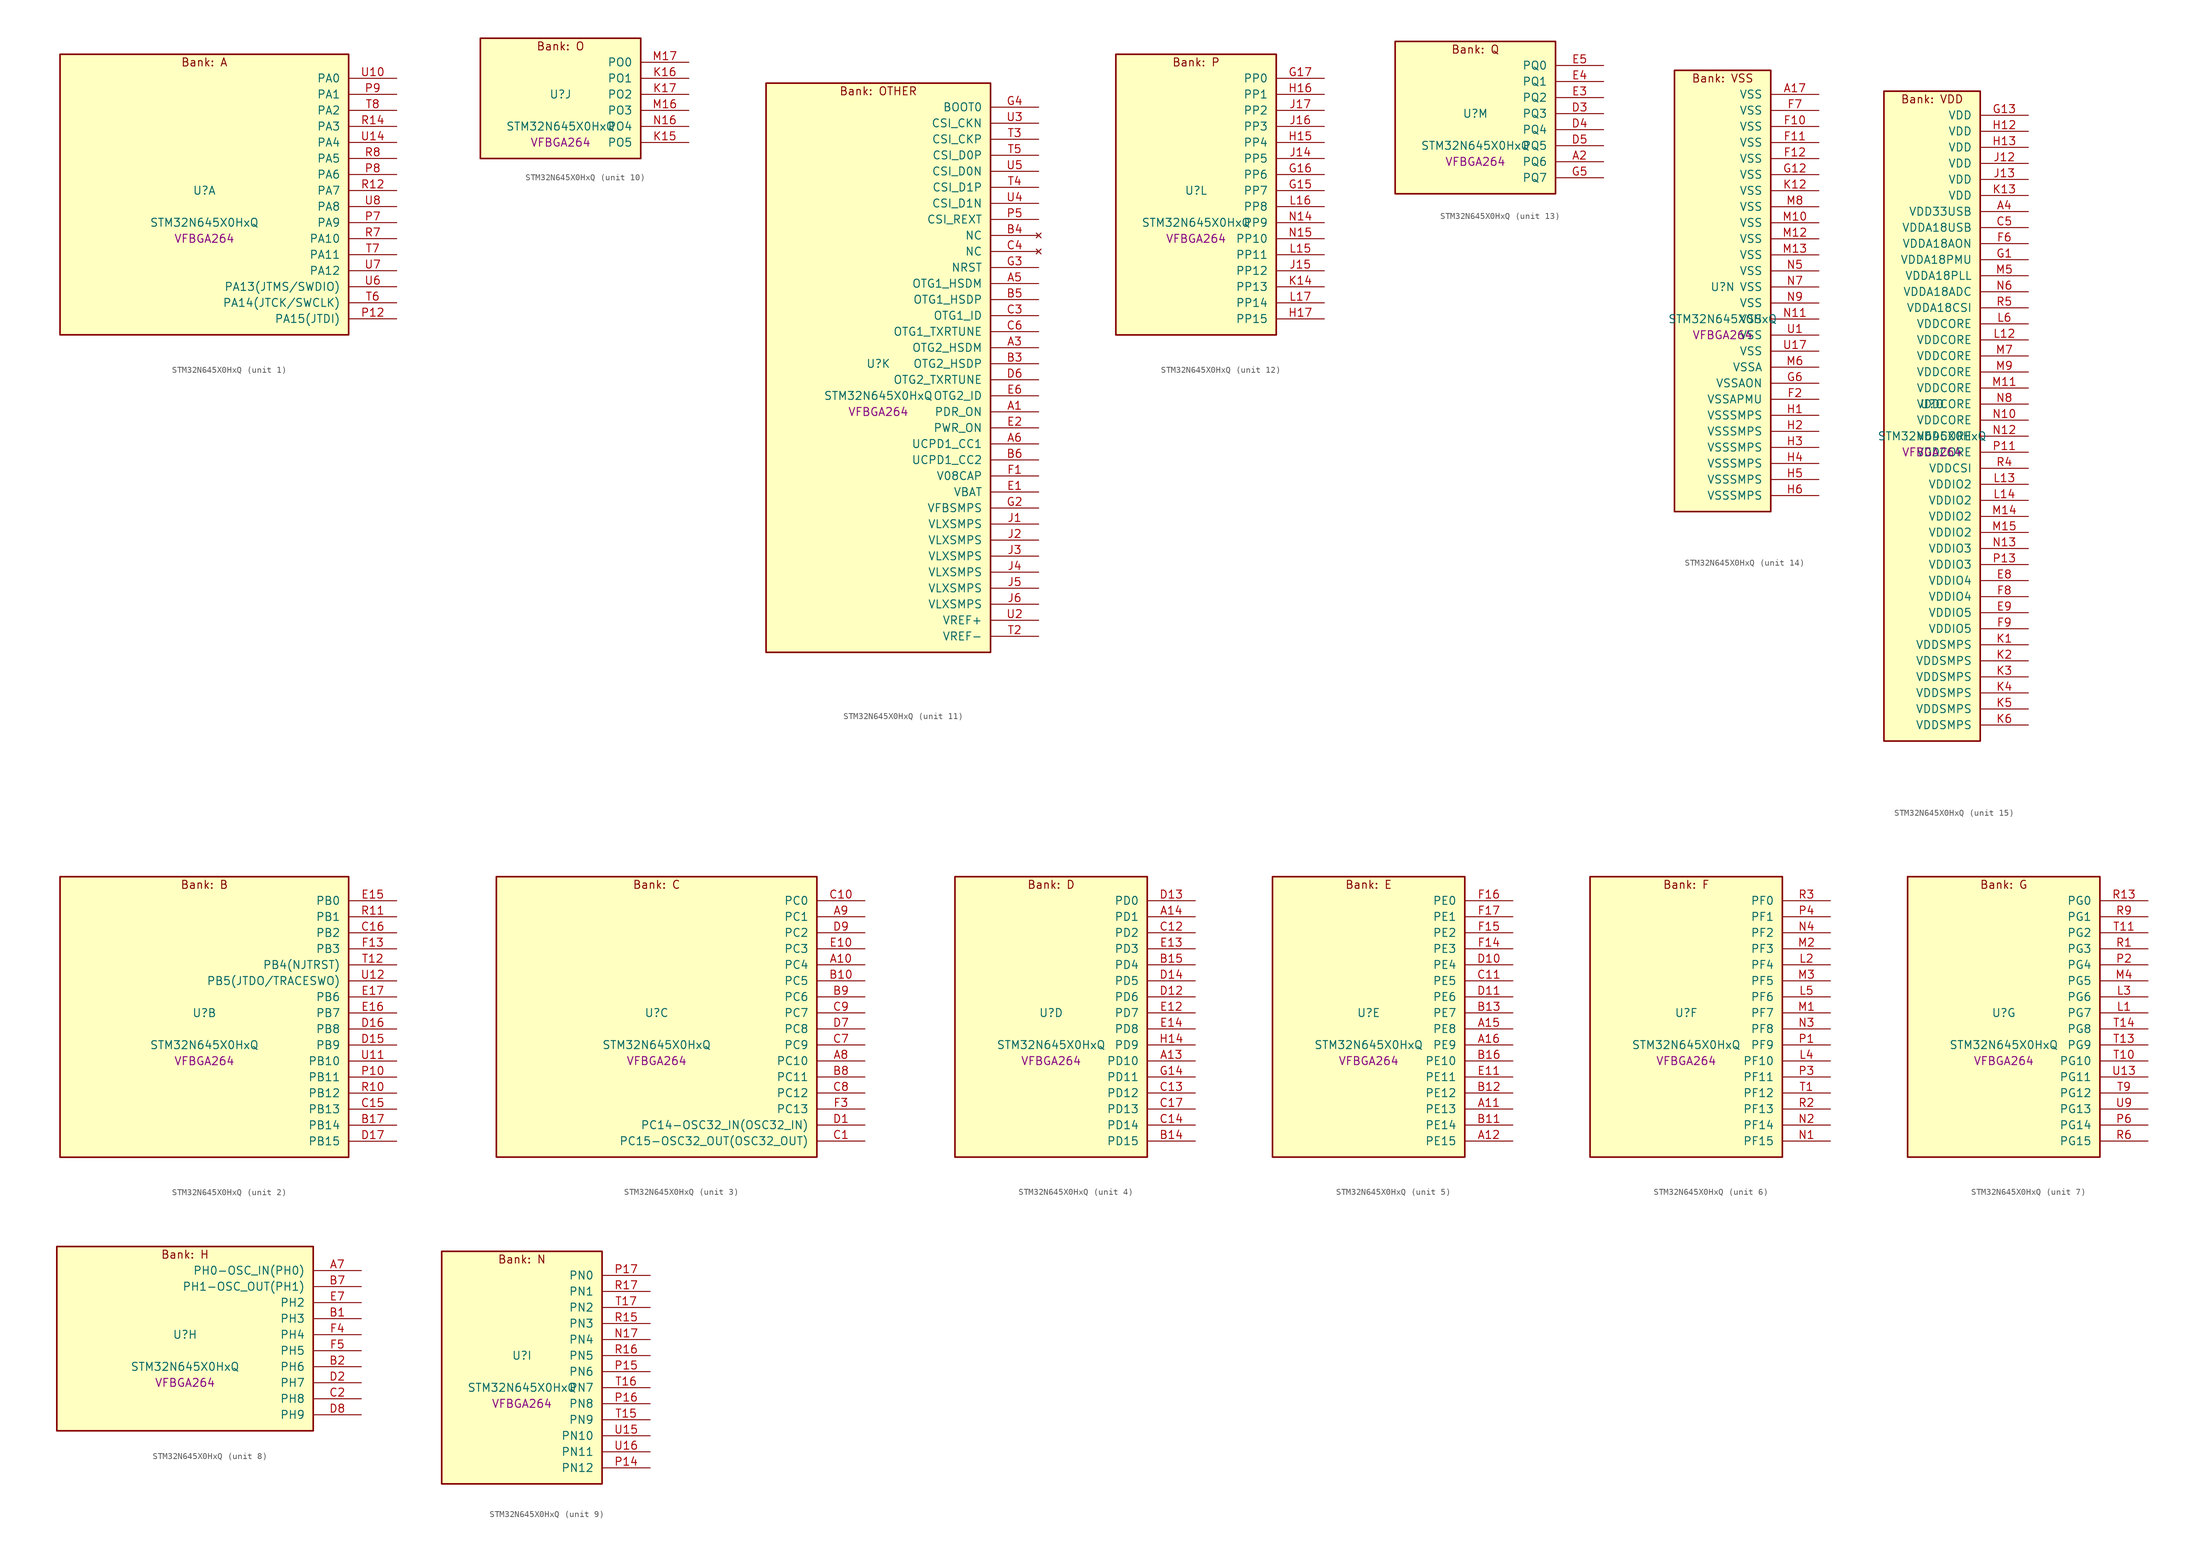
<source format=kicad_sym>
(kicad_symbol_lib
  (version 20241209)
  (generator "stm32_pkl_generator")
  (generator_version "1.0")
  (symbol "STM32N645X0HxQ"
    (pin_names
      (offset 1.27))
    (property "Reference" "U"
      (at 0 2.54 0))
    (property "Value" "STM32N645X0HxQ"
      (at 0 -2.54 0))
    (property "Footprint" "VFBGA264"
      (at 0 -5.08 0))
    (symbol "STM32N645X0HxQ_1_1"
      (rectangle (start -22.86 24.13) (end 22.86 -20.32) (stroke (width 0.254) (type solid)) (fill (type background)))
      (text "Bank: A" (at 0 22.86 0))
      (pin bidirectional line (at 30.48 20.32 180) (length 7.62) (name "PA0") (number "U10") (alternate "PA0/ADC1_INN1" bidirectional line) (alternate "PA0/ADC1_INP0" bidirectional line) (alternate "PA0/ADC2_INN1" bidirectional line) (alternate "PA0/ADC2_INP0" bidirectional line) (alternate "PA0/FMC_D7" bidirectional line) (alternate "PA0/FMC_DA7" bidirectional line) (alternate "PA0/HDP_HDP0" bidirectional line) (alternate "PA0/I2S6_WS" bidirectional line) (alternate "PA0/LTDC_G3" bidirectional line) (alternate "PA0/PWR_WKUP1" bidirectional line) (alternate "PA0/SAI2_SD_B" bidirectional line) (alternate "PA0/SDMMC2_CMD" bidirectional line) (alternate "PA0/SPI6_NSS" bidirectional line) (alternate "PA0/TIM15_BKIN" bidirectional line) (alternate "PA0/TIM2_CH1" bidirectional line) (alternate "PA0/TIM5_CH1" bidirectional line) (alternate "PA0/TIM9_CH1" bidirectional line) (alternate "PA0/UART4_TX" bidirectional line) (alternate "PA0/USART2_CTS" bidirectional line) (alternate "PA0/USART2_NSS" bidirectional line))
      (pin bidirectional line (at 30.48 17.78 180) (length 7.62) (name "PA1") (number "P9") (alternate "PA1/ADC1_INP1" bidirectional line) (alternate "PA1/ADC2_INP1" bidirectional line) (alternate "PA1/DCMIPP_D0" bidirectional line) (alternate "PA1/DCMI_D0" bidirectional line) (alternate "PA1/FMC_D6" bidirectional line) (alternate "PA1/FMC_DA6" bidirectional line) (alternate "PA1/HDP_HDP1" bidirectional line) (alternate "PA1/LPTIM3_IN1" bidirectional line) (alternate "PA1/LTDC_G2" bidirectional line) (alternate "PA1/PSSI_D0" bidirectional line) (alternate "PA1/SAI2_MCLK_B" bidirectional line) (alternate "PA1/TIM15_CH1N" bidirectional line) (alternate "PA1/TIM2_CH2" bidirectional line) (alternate "PA1/TIM5_CH2" bidirectional line) (alternate "PA1/UART4_RX" bidirectional line) (alternate "PA1/USART2_RTS" bidirectional line))
      (pin bidirectional line (at 30.48 15.24 180) (length 7.62) (name "PA2") (number "T8") (alternate "PA2/ADC1_INP14" bidirectional line) (alternate "PA2/ADC2_INP14" bidirectional line) (alternate "PA2/FMC_D5" bidirectional line) (alternate "PA2/FMC_DA5" bidirectional line) (alternate "PA2/HDP_HDP2" bidirectional line) (alternate "PA2/LPTIM3_IN2" bidirectional line) (alternate "PA2/LTDC_B7" bidirectional line) (alternate "PA2/MDIOS_MDIO" bidirectional line) (alternate "PA2/PWR_WKUP2" bidirectional line) (alternate "PA2/SAI2_SCK_B" bidirectional line) (alternate "PA2/TIM15_CH1" bidirectional line) (alternate "PA2/TIM2_CH3" bidirectional line) (alternate "PA2/TIM5_CH3" bidirectional line) (alternate "PA2/USART2_TX" bidirectional line))
      (pin bidirectional line (at 30.48 12.7 180) (length 7.62) (name "PA3") (number "R14") (alternate "PA3/FMC_A17" bidirectional line) (alternate "PA3/FMC_ALE" bidirectional line) (alternate "PA3/SAI1_SD_B" bidirectional line) (alternate "PA3/SPI5_NSS" bidirectional line) (alternate "PA3/TIM16_CH1" bidirectional line) (alternate "PA3/UART7_RX" bidirectional line))
      (pin bidirectional line (at 30.48 10.16 180) (length 7.62) (name "PA4") (number "U14") (alternate "PA4/DCMIPP_D3" bidirectional line) (alternate "PA4/DCMI_D3" bidirectional line) (alternate "PA4/FMC_A13" bidirectional line) (alternate "PA4/PSSI_D3" bidirectional line) (alternate "PA4/SPI5_MOSI" bidirectional line) (alternate "PA4/USART6_RX" bidirectional line))
      (pin bidirectional line (at 30.48 7.62 180) (length 7.62) (name "PA5") (number "R8") (alternate "PA5/ADC2_INP18" bidirectional line) (alternate "PA5/DCMIPP_D8" bidirectional line) (alternate "PA5/DCMI_D8" bidirectional line) (alternate "PA5/FMC_NOE" bidirectional line) (alternate "PA5/HDP_HDP5" bidirectional line) (alternate "PA5/I2S1_CK" bidirectional line) (alternate "PA5/I2S6_CK" bidirectional line) (alternate "PA5/I3C1_SCL" bidirectional line) (alternate "PA5/LTDC_CLK" bidirectional line) (alternate "PA5/PSSI_D8" bidirectional line) (alternate "PA5/PWR_CSTOP" bidirectional line) (alternate "PA5/SPI1_SCK" bidirectional line) (alternate "PA5/SPI6_SCK" bidirectional line) (alternate "PA5/TIM10_CH1" bidirectional line) (alternate "PA5/TIM2_CH1" bidirectional line) (alternate "PA5/TIM2_ETR" bidirectional line) (alternate "PA5/TIM9_CH2" bidirectional line))
      (pin bidirectional line (at 30.48 5.08 180) (length 7.62) (name "PA6") (number "P8") (alternate "PA6/ADC1_INP3" bidirectional line) (alternate "PA6/ADC2_INP3" bidirectional line) (alternate "PA6/BOOT1" bidirectional line) (alternate "PA6/DCMIPP_PIXCLK" bidirectional line) (alternate "PA6/DCMI_PIXCLK" bidirectional line) (alternate "PA6/HDP_HDP6" bidirectional line) (alternate "PA6/I2S1_SDI" bidirectional line) (alternate "PA6/I2S6_SDI" bidirectional line) (alternate "PA6/I3C1_SDA" bidirectional line) (alternate "PA6/LPTIM3_ETR" bidirectional line) (alternate "PA6/LTDC_B7" bidirectional line) (alternate "PA6/LTDC_HSYNC" bidirectional line) (alternate "PA6/MDIOS_MDC" bidirectional line) (alternate "PA6/PSSI_PDCK" bidirectional line) (alternate "PA6/SPI1_MISO" bidirectional line) (alternate "PA6/SPI6_MISO" bidirectional line) (alternate "PA6/TIM13_CH1" bidirectional line) (alternate "PA6/TIM1_BKIN" bidirectional line) (alternate "PA6/TIM3_CH1" bidirectional line))
      (pin bidirectional line (at 30.48 2.54 180) (length 7.62) (name "PA7") (number "R12") (alternate "PA7/HDP_HDP7" bidirectional line) (alternate "PA7/I2S1_SDO" bidirectional line) (alternate "PA7/I2S6_SDO" bidirectional line) (alternate "PA7/LTDC_B1" bidirectional line) (alternate "PA7/LTDC_R4" bidirectional line) (alternate "PA7/SPI1_MOSI" bidirectional line) (alternate "PA7/SPI6_MOSI" bidirectional line) (alternate "PA7/TIM14_CH1" bidirectional line) (alternate "PA7/TIM1_CH1N" bidirectional line) (alternate "PA7/TIM3_CH2" bidirectional line) (alternate "PA7/USART1_RX" bidirectional line))
      (pin bidirectional line (at 30.48 0 180) (length 7.62) (name "PA8") (number "U8") (alternate "PA8/ADC1_INP5" bidirectional line) (alternate "PA8/ADC2_INP5" bidirectional line) (alternate "PA8/FMC_D4" bidirectional line) (alternate "PA8/FMC_DA4" bidirectional line) (alternate "PA8/HDP_HDP0" bidirectional line) (alternate "PA8/I2C3_SCL" bidirectional line) (alternate "PA8/I3C2_SCL" bidirectional line) (alternate "PA8/LTDC_B6" bidirectional line) (alternate "PA8/RCC_MCO_1" bidirectional line) (alternate "PA8/TIM11_CH1" bidirectional line) (alternate "PA8/TIM1_CH1" bidirectional line) (alternate "PA8/UART7_RX" bidirectional line) (alternate "PA8/USART1_CK" bidirectional line))
      (pin bidirectional line (at 30.48 -2.54 180) (length 7.62) (name "PA9") (number "P7") (alternate "PA9/ADC1_INP10" bidirectional line) (alternate "PA9/ADC2_INP10" bidirectional line) (alternate "PA9/DCMIPP_D0" bidirectional line) (alternate "PA9/DCMI_D0" bidirectional line) (alternate "PA9/FMC_D3" bidirectional line) (alternate "PA9/FMC_DA3" bidirectional line) (alternate "PA9/HDP_HDP1" bidirectional line) (alternate "PA9/I2C3_SDA" bidirectional line) (alternate "PA9/I2S2_CK" bidirectional line) (alternate "PA9/I3C2_SDA" bidirectional line) (alternate "PA9/LPUART1_TX" bidirectional line) (alternate "PA9/LTDC_B5" bidirectional line) (alternate "PA9/PSSI_D0" bidirectional line) (alternate "PA9/SPI2_SCK" bidirectional line) (alternate "PA9/TIM1_CH2" bidirectional line) (alternate "PA9/USART1_TX" bidirectional line))
      (pin bidirectional line (at 30.48 -5.08 180) (length 7.62) (name "PA10") (number "R7") (alternate "PA10/ADC1_INN10" bidirectional line) (alternate "PA10/ADC1_INP11" bidirectional line) (alternate "PA10/ADC2_INN10" bidirectional line) (alternate "PA10/ADC2_INP11" bidirectional line) (alternate "PA10/DCMIPP_D1" bidirectional line) (alternate "PA10/DCMI_D1" bidirectional line) (alternate "PA10/FMC_D2" bidirectional line) (alternate "PA10/FMC_DA2" bidirectional line) (alternate "PA10/HDP_HDP2" bidirectional line) (alternate "PA10/LPUART1_RX" bidirectional line) (alternate "PA10/LTDC_B4" bidirectional line) (alternate "PA10/MDIOS_MDIO" bidirectional line) (alternate "PA10/PSSI_D1" bidirectional line) (alternate "PA10/PWR_CSLEEP" bidirectional line) (alternate "PA10/TIM1_CH3" bidirectional line) (alternate "PA10/USART1_RX" bidirectional line))
      (pin bidirectional line (at 30.48 -7.62 180) (length 7.62) (name "PA11") (number "T7") (alternate "PA11/ADC1_EXTI11" bidirectional line) (alternate "PA11/ADC1_INN11" bidirectional line) (alternate "PA11/ADC1_INP12" bidirectional line) (alternate "PA11/ADC2_EXTI11" bidirectional line) (alternate "PA11/ADC2_INN11" bidirectional line) (alternate "PA11/ADC2_INP12" bidirectional line) (alternate "PA11/FDCAN1_RX" bidirectional line) (alternate "PA11/FMC_D1" bidirectional line) (alternate "PA11/FMC_DA1" bidirectional line) (alternate "PA11/HDP_HDP3" bidirectional line) (alternate "PA11/I2S2_WS" bidirectional line) (alternate "PA11/LPUART1_CTS" bidirectional line) (alternate "PA11/LTDC_B3" bidirectional line) (alternate "PA11/SPI2_NSS" bidirectional line) (alternate "PA11/TIM1_CH4" bidirectional line) (alternate "PA11/UART4_RX" bidirectional line) (alternate "PA11/USART1_CTS" bidirectional line) (alternate "PA11/USART1_NSS" bidirectional line))
      (pin bidirectional line (at 30.48 -10.16 180) (length 7.62) (name "PA12") (number "U7") (alternate "PA12/ADC1_INN12" bidirectional line) (alternate "PA12/ADC1_INP13" bidirectional line) (alternate "PA12/ADC2_INN12" bidirectional line) (alternate "PA12/ADC2_INP13" bidirectional line) (alternate "PA12/FDCAN1_TX" bidirectional line) (alternate "PA12/FMC_D0" bidirectional line) (alternate "PA12/FMC_DA0" bidirectional line) (alternate "PA12/HDP_HDP4" bidirectional line) (alternate "PA12/I2S2_CK" bidirectional line) (alternate "PA12/LPUART1_RTS" bidirectional line) (alternate "PA12/LTDC_B2" bidirectional line) (alternate "PA12/SAI2_FS_B" bidirectional line) (alternate "PA12/SPI2_SCK" bidirectional line) (alternate "PA12/TIM1_ETR" bidirectional line) (alternate "PA12/UART4_TX" bidirectional line) (alternate "PA12/USART1_RTS" bidirectional line))
      (pin bidirectional line (at 30.48 -12.7 180) (length 7.62) (name "PA13(JTMS/SWDIO)") (number "U6") (alternate "PA13(JTMS/SWDIO)/DEBUG_JTMS-SWDIO" bidirectional line) (alternate "PA13(JTMS/SWDIO)/HDP_HDP5" bidirectional line))
      (pin bidirectional line (at 30.48 -15.24 180) (length 7.62) (name "PA14(JTCK/SWCLK)") (number "T6") (alternate "PA14(JTCK/SWCLK)/DEBUG_JTCK-SWCLK" bidirectional line) (alternate "PA14(JTCK/SWCLK)/HDP_HDP6" bidirectional line))
      (pin bidirectional line (at 30.48 -17.78 180) (length 7.62) (name "PA15(JTDI)") (number "P12") (alternate "PA15(JTDI)/ADC1_EXTI15" bidirectional line) (alternate "PA15(JTDI)/ADC2_EXTI15" bidirectional line) (alternate "PA15(JTDI)/DEBUG_JTDI" bidirectional line) (alternate "PA15(JTDI)/FMC_D15" bidirectional line) (alternate "PA15(JTDI)/FMC_DA15" bidirectional line) (alternate "PA15(JTDI)/HDP_HDP7" bidirectional line) (alternate "PA15(JTDI)/I2S1_WS" bidirectional line) (alternate "PA15(JTDI)/I2S3_WS" bidirectional line) (alternate "PA15(JTDI)/I2S6_WS" bidirectional line) (alternate "PA15(JTDI)/LTDC_R5" bidirectional line) (alternate "PA15(JTDI)/SPI1_NSS" bidirectional line) (alternate "PA15(JTDI)/SPI3_NSS" bidirectional line) (alternate "PA15(JTDI)/SPI6_NSS" bidirectional line) (alternate "PA15(JTDI)/TIM2_CH1" bidirectional line) (alternate "PA15(JTDI)/TIM2_ETR" bidirectional line) (alternate "PA15(JTDI)/UART4_DE" bidirectional line) (alternate "PA15(JTDI)/UART4_RTS" bidirectional line) (alternate "PA15(JTDI)/UART7_TX" bidirectional line)))
    (symbol "STM32N645X0HxQ_2_1"
      (rectangle (start -22.86 24.13) (end 22.86 -20.32) (stroke (width 0.254) (type solid)) (fill (type background)))
      (text "Bank: B" (at 0 22.86 0))
      (pin bidirectional line (at 30.48 20.32 180) (length 7.62) (name "PB0") (number "E15") (alternate "PB0/ADF1_SDI0" bidirectional line) (alternate "PB0/DCMIPP_D4" bidirectional line) (alternate "PB0/DCMI_D4" bidirectional line) (alternate "PB0/DEBUG_TRACED1" bidirectional line) (alternate "PB0/FMC_D13" bidirectional line) (alternate "PB0/FMC_DA13" bidirectional line) (alternate "PB0/MDF1_SDI2" bidirectional line) (alternate "PB0/PSSI_D4" bidirectional line) (alternate "PB0/SAI1_D2" bidirectional line) (alternate "PB0/SAI1_FS_A" bidirectional line) (alternate "PB0/SPI4_NSS" bidirectional line) (alternate "PB0/TIM15_CH1N" bidirectional line) (alternate "PB0/TIM1_CH4" bidirectional line))
      (pin bidirectional line (at 30.48 17.78 180) (length 7.62) (name "PB1") (number "R11") (alternate "PB1/FDCAN2_TX" bidirectional line) (alternate "PB1/FMC_NOE" bidirectional line) (alternate "PB1/HDP_HDP1" bidirectional line) (alternate "PB1/LTDC_R1" bidirectional line) (alternate "PB1/TIM1_CH3N" bidirectional line) (alternate "PB1/TIM3_CH4" bidirectional line) (alternate "PB1/TIM9_CH2" bidirectional line) (alternate "PB1/USART2_TX" bidirectional line))
      (pin bidirectional line (at 30.48 15.24 180) (length 7.62) (name "PB2") (number "C16") (alternate "PB2/ADF1_SDI0" bidirectional line) (alternate "PB2/FMC_D2" bidirectional line) (alternate "PB2/FMC_DA2" bidirectional line) (alternate "PB2/HDP_HDP2" bidirectional line) (alternate "PB2/I2S3_SDO" bidirectional line) (alternate "PB2/LTDC_B2" bidirectional line) (alternate "PB2/MDF1_SDI1" bidirectional line) (alternate "PB2/RTC_OUT2" bidirectional line) (alternate "PB2/SAI1_D1" bidirectional line) (alternate "PB2/SAI1_SD_A" bidirectional line) (alternate "PB2/SPI3_MOSI" bidirectional line) (alternate "PB2/TIM1_CH1" bidirectional line))
      (pin bidirectional line (at 30.48 12.7 180) (length 7.62) (name "PB3") (number "F13") (alternate "PB3/DEBUG_JTDO-SWO" bidirectional line) (alternate "PB3/DEBUG_TRACECLK" bidirectional line) (alternate "PB3/FMC_A23" bidirectional line) (alternate "PB3/FMC_NBL1" bidirectional line) (alternate "PB3/GFXTIM_FCKCAL" bidirectional line) (alternate "PB3/GFXTIM_LCKCAL" bidirectional line) (alternate "PB3/HDP_HDP0" bidirectional line) (alternate "PB3/MDF1_CKI1" bidirectional line) (alternate "PB3/SAI2_FS_B" bidirectional line) (alternate "PB3/TIM1_CH4N" bidirectional line) (alternate "PB3/USART1_CK" bidirectional line))
      (pin bidirectional line (at 30.48 10.16 180) (length 7.62) (name "PB4(NJTRST)") (number "T12") (alternate "PB4(NJTRST)/DCMIPP_VSYNC" bidirectional line) (alternate "PB4(NJTRST)/DCMI_VSYNC" bidirectional line) (alternate "PB4(NJTRST)/DEBUG_NJTRST" bidirectional line) (alternate "PB4(NJTRST)/FMC_D13" bidirectional line) (alternate "PB4(NJTRST)/FMC_DA13" bidirectional line) (alternate "PB4(NJTRST)/HDP_HDP4" bidirectional line) (alternate "PB4(NJTRST)/I2S1_SDI" bidirectional line) (alternate "PB4(NJTRST)/I2S2_WS" bidirectional line) (alternate "PB4(NJTRST)/I2S3_SDI" bidirectional line) (alternate "PB4(NJTRST)/I2S6_SDI" bidirectional line) (alternate "PB4(NJTRST)/LPTIM4_ETR" bidirectional line) (alternate "PB4(NJTRST)/LTDC_R3" bidirectional line) (alternate "PB4(NJTRST)/PSSI_RDY" bidirectional line) (alternate "PB4(NJTRST)/SDMMC2_D3" bidirectional line) (alternate "PB4(NJTRST)/SPI1_MISO" bidirectional line) (alternate "PB4(NJTRST)/SPI2_NSS" bidirectional line) (alternate "PB4(NJTRST)/SPI3_MISO" bidirectional line) (alternate "PB4(NJTRST)/SPI6_MISO" bidirectional line) (alternate "PB4(NJTRST)/TIM16_BKIN" bidirectional line) (alternate "PB4(NJTRST)/TIM3_CH1" bidirectional line) (alternate "PB4(NJTRST)/UART7_TX" bidirectional line))
      (pin bidirectional line (at 30.48 7.62 180) (length 7.62) (name "PB5(JTDO/TRACESWO)") (number "U12") (alternate "PB5(JTDO/TRACESWO)/DCMIPP_D10" bidirectional line) (alternate "PB5(JTDO/TRACESWO)/DCMI_D10" bidirectional line) (alternate "PB5(JTDO/TRACESWO)/DEBUG_JTDO-SWO" bidirectional line) (alternate "PB5(JTDO/TRACESWO)/FDCAN2_RX" bidirectional line) (alternate "PB5(JTDO/TRACESWO)/FMC_D12" bidirectional line) (alternate "PB5(JTDO/TRACESWO)/FMC_DA12" bidirectional line) (alternate "PB5(JTDO/TRACESWO)/HDP_HDP5" bidirectional line) (alternate "PB5(JTDO/TRACESWO)/I2C1_SMBA" bidirectional line) (alternate "PB5(JTDO/TRACESWO)/I2S1_SDO" bidirectional line) (alternate "PB5(JTDO/TRACESWO)/I2S3_SDO" bidirectional line) (alternate "PB5(JTDO/TRACESWO)/I2S6_SDO" bidirectional line) (alternate "PB5(JTDO/TRACESWO)/LPTIM4_OUT" bidirectional line) (alternate "PB5(JTDO/TRACESWO)/LTDC_R2" bidirectional line) (alternate "PB5(JTDO/TRACESWO)/PSSI_D10" bidirectional line) (alternate "PB5(JTDO/TRACESWO)/SPI1_MOSI" bidirectional line) (alternate "PB5(JTDO/TRACESWO)/SPI3_MOSI" bidirectional line) (alternate "PB5(JTDO/TRACESWO)/SPI6_MOSI" bidirectional line) (alternate "PB5(JTDO/TRACESWO)/TIM17_BKIN" bidirectional line) (alternate "PB5(JTDO/TRACESWO)/TIM3_CH2" bidirectional line) (alternate "PB5(JTDO/TRACESWO)/UART5_RX" bidirectional line))
      (pin bidirectional line (at 30.48 5.08 180) (length 7.62) (name "PB6") (number "E17") (alternate "PB6/ADF1_CCK1" bidirectional line) (alternate "PB6/DCMIPP_D6" bidirectional line) (alternate "PB6/DCMI_D6" bidirectional line) (alternate "PB6/DEBUG_TRACED2" bidirectional line) (alternate "PB6/FMC_D14" bidirectional line) (alternate "PB6/FMC_DA14" bidirectional line) (alternate "PB6/MDF1_CCK1" bidirectional line) (alternate "PB6/PSSI_D6" bidirectional line) (alternate "PB6/SAI1_CK2" bidirectional line) (alternate "PB6/SAI1_SCK_A" bidirectional line) (alternate "PB6/SPI4_MISO" bidirectional line) (alternate "PB6/TIM15_CH1" bidirectional line))
      (pin bidirectional line (at 30.48 2.54 180) (length 7.62) (name "PB7") (number "E16") (alternate "PB7/ADF1_SDI0" bidirectional line) (alternate "PB7/DCMIPP_D7" bidirectional line) (alternate "PB7/DCMI_D7" bidirectional line) (alternate "PB7/DEBUG_TRACED3" bidirectional line) (alternate "PB7/FMC_D15" bidirectional line) (alternate "PB7/FMC_DA15" bidirectional line) (alternate "PB7/MDF1_SDI1" bidirectional line) (alternate "PB7/PSSI_D7" bidirectional line) (alternate "PB7/SAI1_D1" bidirectional line) (alternate "PB7/SAI1_SD_A" bidirectional line) (alternate "PB7/SAI2_MCLK_B" bidirectional line) (alternate "PB7/SPI4_MOSI" bidirectional line) (alternate "PB7/TIM15_CH2" bidirectional line) (alternate "PB7/TIM1_BKIN2" bidirectional line))
      (pin bidirectional line (at 30.48 0 180) (length 7.62) (name "PB8") (number "D16") (alternate "PB8/DCMIPP_VSYNC" bidirectional line) (alternate "PB8/DCMI_VSYNC" bidirectional line) (alternate "PB8/FMC_D1" bidirectional line) (alternate "PB8/FMC_DA1" bidirectional line) (alternate "PB8/I2S1_SDI" bidirectional line) (alternate "PB8/PSSI_RDY" bidirectional line) (alternate "PB8/SAI2_FS_B" bidirectional line) (alternate "PB8/SDMMC2_D0" bidirectional line) (alternate "PB8/SPDIFRX1_IN3" bidirectional line) (alternate "PB8/SPI1_MISO" bidirectional line) (alternate "PB8/USART6_RX" bidirectional line))
      (pin bidirectional line (at 30.48 -2.54 180) (length 7.62) (name "PB9") (number "D15") (alternate "PB9/DCMIPP_D3" bidirectional line) (alternate "PB9/DCMI_D3" bidirectional line) (alternate "PB9/FMC_D3" bidirectional line) (alternate "PB9/FMC_DA3" bidirectional line) (alternate "PB9/I2S1_CK" bidirectional line) (alternate "PB9/LPTIM1_IN2" bidirectional line) (alternate "PB9/PSSI_D3" bidirectional line) (alternate "PB9/SDMMC2_D2" bidirectional line) (alternate "PB9/SPDIFRX1_IN0" bidirectional line) (alternate "PB9/SPI1_SCK" bidirectional line) (alternate "PB9/USART10_TX" bidirectional line))
      (pin bidirectional line (at 30.48 -5.08 180) (length 7.62) (name "PB10") (number "U11") (alternate "PB10/ADC1_INN4" bidirectional line) (alternate "PB10/ADC1_INP8" bidirectional line) (alternate "PB10/ADC2_INN4" bidirectional line) (alternate "PB10/ADC2_INP8" bidirectional line) (alternate "PB10/FMC_D11" bidirectional line) (alternate "PB10/FMC_DA11" bidirectional line) (alternate "PB10/HDP_HDP2" bidirectional line) (alternate "PB10/I2C2_SCL" bidirectional line) (alternate "PB10/I2S2_CK" bidirectional line) (alternate "PB10/I3C2_SCL" bidirectional line) (alternate "PB10/LPTIM2_IN1" bidirectional line) (alternate "PB10/LTDC_G7" bidirectional line) (alternate "PB10/SPI2_SCK" bidirectional line) (alternate "PB10/TIM2_CH3" bidirectional line) (alternate "PB10/USART3_TX" bidirectional line))
      (pin bidirectional line (at 30.48 -7.62 180) (length 7.62) (name "PB11") (number "P10") (alternate "PB11/ADC1_EXTI11" bidirectional line) (alternate "PB11/ADC1_INP4" bidirectional line) (alternate "PB11/ADC2_EXTI11" bidirectional line) (alternate "PB11/ADC2_INP4" bidirectional line) (alternate "PB11/FMC_D10" bidirectional line) (alternate "PB11/FMC_DA10" bidirectional line) (alternate "PB11/HDP_HDP3" bidirectional line) (alternate "PB11/I2C2_SDA" bidirectional line) (alternate "PB11/I3C2_SDA" bidirectional line) (alternate "PB11/LPTIM2_ETR" bidirectional line) (alternate "PB11/LTDC_G6" bidirectional line) (alternate "PB11/TIM2_CH4" bidirectional line) (alternate "PB11/USART3_RX" bidirectional line))
      (pin bidirectional line (at 30.48 -10.16 180) (length 7.62) (name "PB12") (number "R10") (alternate "PB12/FDCAN2_RX" bidirectional line) (alternate "PB12/FMC_D9" bidirectional line) (alternate "PB12/FMC_DA9" bidirectional line) (alternate "PB12/HDP_HDP4" bidirectional line) (alternate "PB12/I2C2_SMBA" bidirectional line) (alternate "PB12/I2S2_WS" bidirectional line) (alternate "PB12/LPTIM2_IN2" bidirectional line) (alternate "PB12/LTDC_G5" bidirectional line) (alternate "PB12/SPI2_NSS" bidirectional line) (alternate "PB12/TIM1_BKIN" bidirectional line) (alternate "PB12/UART5_RX" bidirectional line) (alternate "PB12/USART3_CK" bidirectional line))
      (pin bidirectional line (at 30.48 -12.7 180) (length 7.62) (name "PB13") (number "C15") (alternate "PB13/DEBUG_TRACED0" bidirectional line) (alternate "PB13/FMC_D5" bidirectional line) (alternate "PB13/FMC_DA5" bidirectional line) (alternate "PB13/I2S6_CK" bidirectional line) (alternate "PB13/LPTIM1_CH1" bidirectional line) (alternate "PB13/LTDC_CLK" bidirectional line) (alternate "PB13/SDMMC2_D6" bidirectional line) (alternate "PB13/SPI6_SCK" bidirectional line) (alternate "PB13/TIM8_CH3N" bidirectional line) (alternate "PB13/USART10_CTS" bidirectional line) (alternate "PB13/USART10_NSS" bidirectional line) (alternate "PB13/USART6_CTS" bidirectional line) (alternate "PB13/USART6_NSS" bidirectional line))
      (pin bidirectional line (at 30.48 -15.24 180) (length 7.62) (name "PB14") (number "B17") (alternate "PB14/DCMIPP_D10" bidirectional line) (alternate "PB14/DCMI_D10" bidirectional line) (alternate "PB14/FMC_D7" bidirectional line) (alternate "PB14/FMC_DA7" bidirectional line) (alternate "PB14/LPTIM1_CH2" bidirectional line) (alternate "PB14/LTDC_HSYNC" bidirectional line) (alternate "PB14/PSSI_D10" bidirectional line) (alternate "PB14/TIM8_CH4N" bidirectional line) (alternate "PB14/USART10_CK" bidirectional line) (alternate "PB14/USART6_CTS" bidirectional line) (alternate "PB14/USART6_NSS" bidirectional line))
      (pin bidirectional line (at 30.48 -17.78 180) (length 7.62) (name "PB15") (number "D17") (alternate "PB15/ADC1_EXTI15" bidirectional line) (alternate "PB15/ADC2_EXTI15" bidirectional line) (alternate "PB15/FMC_D0" bidirectional line) (alternate "PB15/FMC_DA0" bidirectional line) (alternate "PB15/I2S6_WS" bidirectional line) (alternate "PB15/LTDC_G4" bidirectional line) (alternate "PB15/SPDIFRX1_IN2" bidirectional line) (alternate "PB15/SPI6_NSS" bidirectional line) (alternate "PB15/USART6_RTS" bidirectional line)))
    (symbol "STM32N645X0HxQ_3_1"
      (rectangle (start -25.4 24.13) (end 25.4 -20.32) (stroke (width 0.254) (type solid)) (fill (type background)))
      (text "Bank: C" (at 0 22.86 0))
      (pin bidirectional line (at 33.02 20.32 180) (length 7.62) (name "PC0") (number "C10") (alternate "PC0/DCMIPP_HSYNC" bidirectional line) (alternate "PC0/DCMI_HSYNC" bidirectional line) (alternate "PC0/FMC_D14" bidirectional line) (alternate "PC0/FMC_DA14" bidirectional line) (alternate "PC0/HDP_HDP3" bidirectional line) (alternate "PC0/I2S1_CK" bidirectional line) (alternate "PC0/I2S3_CK" bidirectional line) (alternate "PC0/I2S6_CK" bidirectional line) (alternate "PC0/LPTIM4_IN1" bidirectional line) (alternate "PC0/LTDC_R4" bidirectional line) (alternate "PC0/MDF1_CKI1" bidirectional line) (alternate "PC0/PSSI_DE" bidirectional line) (alternate "PC0/SDMMC2_D2" bidirectional line) (alternate "PC0/SPI1_SCK" bidirectional line) (alternate "PC0/SPI3_SCK" bidirectional line) (alternate "PC0/SPI6_SCK" bidirectional line) (alternate "PC0/TIM2_CH2" bidirectional line) (alternate "PC0/UART7_RX" bidirectional line))
      (pin bidirectional line (at 33.02 17.78 180) (length 7.62) (name "PC1") (number "A9") (alternate "PC1/DCMIPP_D7" bidirectional line) (alternate "PC1/DCMI_D7" bidirectional line) (alternate "PC1/FDCAN1_TX" bidirectional line) (alternate "PC1/HDP_HDP1" bidirectional line) (alternate "PC1/I2C1_SDA" bidirectional line) (alternate "PC1/I2S2_WS" bidirectional line) (alternate "PC1/I3C1_SDA" bidirectional line) (alternate "PC1/PSSI_D7" bidirectional line) (alternate "PC1/SDMMC1_CDIR" bidirectional line) (alternate "PC1/SDMMC1_D5" bidirectional line) (alternate "PC1/SDMMC2_D5" bidirectional line) (alternate "PC1/SPI2_NSS" bidirectional line) (alternate "PC1/TIM17_CH1" bidirectional line) (alternate "PC1/TIM4_CH4" bidirectional line) (alternate "PC1/UART4_TX" bidirectional line))
      (pin bidirectional line (at 33.02 15.24 180) (length 7.62) (name "PC2") (number "D9") (alternate "PC2/ADF1_SDI0" bidirectional line) (alternate "PC2/DCMIPP_D13" bidirectional line) (alternate "PC2/DCMI_D13" bidirectional line) (alternate "PC2/FMC_NE3" bidirectional line) (alternate "PC2/I2S3_SDO" bidirectional line) (alternate "PC2/MDF1_SDI1" bidirectional line) (alternate "PC2/PSSI_D13" bidirectional line) (alternate "PC2/SAI1_D1" bidirectional line) (alternate "PC2/SAI1_SCK_A" bidirectional line) (alternate "PC2/SDMMC2_CK" bidirectional line) (alternate "PC2/SPI3_MOSI" bidirectional line) (alternate "PC2/USART2_RX" bidirectional line))
      (pin bidirectional line (at 33.02 12.7 180) (length 7.62) (name "PC3") (number "E10") (alternate "PC3/DCMIPP_D2" bidirectional line) (alternate "PC3/DCMI_D2" bidirectional line) (alternate "PC3/FMC_D8" bidirectional line) (alternate "PC3/FMC_DA8" bidirectional line) (alternate "PC3/I2S1_SDO" bidirectional line) (alternate "PC3/PSSI_D2" bidirectional line) (alternate "PC3/SDMMC2_CMD" bidirectional line) (alternate "PC3/SPDIFRX1_IN0" bidirectional line) (alternate "PC3/SPI1_MOSI" bidirectional line) (alternate "PC3/USART2_CK" bidirectional line))
      (pin bidirectional line (at 33.02 10.16 180) (length 7.62) (name "PC4") (number "A10") (alternate "PC4/FMC_NE1" bidirectional line) (alternate "PC4/HDP_HDP6" bidirectional line) (alternate "PC4/I2S2_SDI" bidirectional line) (alternate "PC4/LPTIM2_CH2" bidirectional line) (alternate "PC4/LTDC_DE" bidirectional line) (alternate "PC4/LTDC_VSYNC" bidirectional line) (alternate "PC4/SDMMC2_D0" bidirectional line) (alternate "PC4/SPI2_MISO" bidirectional line) (alternate "PC4/TIM12_CH1" bidirectional line) (alternate "PC4/TIM1_CH2N" bidirectional line) (alternate "PC4/UART4_DE" bidirectional line) (alternate "PC4/UART4_RTS" bidirectional line) (alternate "PC4/USART1_TX" bidirectional line) (alternate "PC4/USART3_RTS" bidirectional line))
      (pin bidirectional line (at 33.02 7.62 180) (length 7.62) (name "PC5") (number "B10") (alternate "PC5/DCMIPP_D2" bidirectional line) (alternate "PC5/DCMI_D2" bidirectional line) (alternate "PC5/FMC_NWE" bidirectional line) (alternate "PC5/I2S1_WS" bidirectional line) (alternate "PC5/PSSI_D2" bidirectional line) (alternate "PC5/SAI2_SD_B" bidirectional line) (alternate "PC5/SDMMC2_D1" bidirectional line) (alternate "PC5/SPI1_NSS" bidirectional line))
      (pin bidirectional line (at 33.02 5.08 180) (length 7.62) (name "PC6") (number "B9") (alternate "PC6/DCMIPP_D1" bidirectional line) (alternate "PC6/DCMI_D1" bidirectional line) (alternate "PC6/HDP_HDP6" bidirectional line) (alternate "PC6/I2S2_MCK" bidirectional line) (alternate "PC6/PSSI_D1" bidirectional line) (alternate "PC6/SDMMC1_D0DIR" bidirectional line) (alternate "PC6/SDMMC1_D6" bidirectional line) (alternate "PC6/SDMMC2_D6" bidirectional line) (alternate "PC6/TIM1_CH1" bidirectional line) (alternate "PC6/TIM3_CH1" bidirectional line) (alternate "PC6/TIM9_CH1" bidirectional line) (alternate "PC6/USART6_TX" bidirectional line))
      (pin bidirectional line (at 33.02 2.54 180) (length 7.62) (name "PC7") (number "C9") (alternate "PC7/DCMIPP_D1" bidirectional line) (alternate "PC7/DCMI_D1" bidirectional line) (alternate "PC7/DEBUG_TRGIO" bidirectional line) (alternate "PC7/HDP_HDP7" bidirectional line) (alternate "PC7/I2S3_MCK" bidirectional line) (alternate "PC7/PSSI_D1" bidirectional line) (alternate "PC7/SDMMC1_D123DIR" bidirectional line) (alternate "PC7/SDMMC1_D7" bidirectional line) (alternate "PC7/SDMMC2_D7" bidirectional line) (alternate "PC7/TIM16_CH1N" bidirectional line) (alternate "PC7/TIM3_CH2" bidirectional line) (alternate "PC7/TIM9_CH2" bidirectional line) (alternate "PC7/USART6_RX" bidirectional line))
      (pin bidirectional line (at 33.02 0 180) (length 7.62) (name "PC8") (number "D7") (alternate "PC8/DCMIPP_D2" bidirectional line) (alternate "PC8/DCMI_D2" bidirectional line) (alternate "PC8/DEBUG_TRACED1" bidirectional line) (alternate "PC8/FMC_NE4" bidirectional line) (alternate "PC8/HDP_HDP0" bidirectional line) (alternate "PC8/I2C3_SMBA" bidirectional line) (alternate "PC8/LTDC_B0" bidirectional line) (alternate "PC8/PSSI_D2" bidirectional line) (alternate "PC8/SDMMC1_D0" bidirectional line) (alternate "PC8/TIM3_CH3" bidirectional line) (alternate "PC8/UART5_DE" bidirectional line) (alternate "PC8/UART5_RTS" bidirectional line) (alternate "PC8/UCPD1_FRSTX1" bidirectional line) (alternate "PC8/USART6_CK" bidirectional line))
      (pin bidirectional line (at 33.02 -2.54 180) (length 7.62) (name "PC9") (number "C7") (alternate "PC9/AUDIOCLK" bidirectional line) (alternate "PC9/DCMIPP_D3" bidirectional line) (alternate "PC9/DCMI_D3" bidirectional line) (alternate "PC9/HDP_HDP1" bidirectional line) (alternate "PC9/I2C3_SDA" bidirectional line) (alternate "PC9/LTDC_B3" bidirectional line) (alternate "PC9/PSSI_D3" bidirectional line) (alternate "PC9/RCC_MCO_2" bidirectional line) (alternate "PC9/SDMMC1_D1" bidirectional line) (alternate "PC9/TIM3_CH4" bidirectional line) (alternate "PC9/UART5_CTS" bidirectional line) (alternate "PC9/UCPD1_FRSTX2" bidirectional line) (alternate "PC9/USART6_RX" bidirectional line))
      (pin bidirectional line (at 33.02 -5.08 180) (length 7.62) (name "PC10") (number "A8") (alternate "PC10/DCMIPP_D14" bidirectional line) (alternate "PC10/FMC_CLK" bidirectional line) (alternate "PC10/HDP_HDP2" bidirectional line) (alternate "PC10/I2C4_SCL" bidirectional line) (alternate "PC10/I2S3_CK" bidirectional line) (alternate "PC10/I3C2_SCL" bidirectional line) (alternate "PC10/PSSI_D14" bidirectional line) (alternate "PC10/SDMMC1_D2" bidirectional line) (alternate "PC10/SPI3_SCK" bidirectional line) (alternate "PC10/TIM1_BKIN" bidirectional line) (alternate "PC10/UART4_TX" bidirectional line) (alternate "PC10/USART3_TX" bidirectional line))
      (pin bidirectional line (at 33.02 -7.62 180) (length 7.62) (name "PC11") (number "B8") (alternate "PC11/ADC1_EXTI11" bidirectional line) (alternate "PC11/ADC2_EXTI11" bidirectional line) (alternate "PC11/DCMIPP_D4" bidirectional line) (alternate "PC11/DCMI_D4" bidirectional line) (alternate "PC11/HDP_HDP3" bidirectional line) (alternate "PC11/I2C4_SDA" bidirectional line) (alternate "PC11/I2S3_SDI" bidirectional line) (alternate "PC11/I3C2_SDA" bidirectional line) (alternate "PC11/PSSI_D4" bidirectional line) (alternate "PC11/SDMMC1_D3" bidirectional line) (alternate "PC11/SPI3_MISO" bidirectional line) (alternate "PC11/UART4_RX" bidirectional line) (alternate "PC11/USART3_RX" bidirectional line))
      (pin bidirectional line (at 33.02 -10.16 180) (length 7.62) (name "PC12") (number "C8") (alternate "PC12/DCMIPP_D9" bidirectional line) (alternate "PC12/DCMI_D9" bidirectional line) (alternate "PC12/DEBUG_TRACED3" bidirectional line) (alternate "PC12/FMC_NL" bidirectional line) (alternate "PC12/HDP_HDP4" bidirectional line) (alternate "PC12/I2S3_SDO" bidirectional line) (alternate "PC12/I2S6_CK" bidirectional line) (alternate "PC12/PSSI_D9" bidirectional line) (alternate "PC12/SDMMC1_CK" bidirectional line) (alternate "PC12/SPI3_MOSI" bidirectional line) (alternate "PC12/SPI6_SCK" bidirectional line) (alternate "PC12/TIM15_CH1" bidirectional line) (alternate "PC12/TIM1_CH4" bidirectional line) (alternate "PC12/UART5_TX" bidirectional line) (alternate "PC12/USART3_CK" bidirectional line))
      (pin bidirectional line (at 33.02 -12.7 180) (length 7.62) (name "PC13") (number "F3") (alternate "PC13/HDP_HDP5" bidirectional line) (alternate "PC13/PWR_WKUP3" bidirectional line) (alternate "PC13/RTC_OUT1" bidirectional line) (alternate "PC13/RTC_TS" bidirectional line) (alternate "PC13/TAMP_IN1" bidirectional line) (alternate "PC13/TAMP_OUT2" bidirectional line))
      (pin bidirectional line (at 33.02 -15.24 180) (length 7.62) (name "PC14-OSC32_IN(OSC32_IN)") (number "D1") (alternate "PC14-OSC32_IN(OSC32_IN)/RCC_OSC32_IN" bidirectional line))
      (pin bidirectional line (at 33.02 -17.78 180) (length 7.62) (name "PC15-OSC32_OUT(OSC32_OUT)") (number "C1") (alternate "PC15-OSC32_OUT(OSC32_OUT)/ADC1_EXTI15" bidirectional line) (alternate "PC15-OSC32_OUT(OSC32_OUT)/ADC2_EXTI15" bidirectional line) (alternate "PC15-OSC32_OUT(OSC32_OUT)/RCC_OSC32_OUT" bidirectional line)))
    (symbol "STM32N645X0HxQ_4_1"
      (rectangle (start -15.24 24.13) (end 15.24 -20.32) (stroke (width 0.254) (type solid)) (fill (type background)))
      (text "Bank: D" (at 0 22.86 0))
      (pin bidirectional line (at 22.86 20.32 180) (length 7.62) (name "PD0") (number "D13") (alternate "PD0/DCMIPP_HSYNC" bidirectional line) (alternate "PD0/DCMI_HSYNC" bidirectional line) (alternate "PD0/FDCAN1_RX" bidirectional line) (alternate "PD0/FMC_A6" bidirectional line) (alternate "PD0/FMC_A22" bidirectional line) (alternate "PD0/PSSI_DE" bidirectional line) (alternate "PD0/TIM1_ETR" bidirectional line) (alternate "PD0/UART4_RX" bidirectional line) (alternate "PD0/UART9_CTS" bidirectional line))
      (pin bidirectional line (at 22.86 17.78 180) (length 7.62) (name "PD1") (number "A14") (alternate "PD1/ETH1_MDC" bidirectional line) (alternate "PD1/FDCAN1_TX" bidirectional line) (alternate "PD1/FMC_A7" bidirectional line) (alternate "PD1/FMC_A23" bidirectional line) (alternate "PD1/UART4_TX" bidirectional line))
      (pin bidirectional line (at 22.86 15.24 180) (length 7.62) (name "PD2") (number "C12") (alternate "PD2/ADF1_SDI0" bidirectional line) (alternate "PD2/DEBUG_TRACED0" bidirectional line) (alternate "PD2/FMC_A0" bidirectional line) (alternate "PD2/FMC_A16" bidirectional line) (alternate "PD2/FMC_CLE" bidirectional line) (alternate "PD2/HDP_HDP1" bidirectional line) (alternate "PD2/I2S2_SDO" bidirectional line) (alternate "PD2/MDF1_SDI1" bidirectional line) (alternate "PD2/MDIOS_MDC" bidirectional line) (alternate "PD2/PWR_WKUP4" bidirectional line) (alternate "PD2/SAI1_D1" bidirectional line) (alternate "PD2/SAI1_SD_A" bidirectional line) (alternate "PD2/SDMMC2_CK" bidirectional line) (alternate "PD2/SPI2_MOSI" bidirectional line) (alternate "PD2/TIM15_CH1N" bidirectional line) (alternate "PD2/TIM1_CH3" bidirectional line))
      (pin bidirectional line (at 22.86 12.7 180) (length 7.62) (name "PD3") (number "E13") (alternate "PD3/DCMIPP_D14" bidirectional line) (alternate "PD3/ETH1_PHY_INTN" bidirectional line) (alternate "PD3/FMC_A10" bidirectional line) (alternate "PD3/I2C2_SMBA" bidirectional line) (alternate "PD3/PSSI_D14" bidirectional line) (alternate "PD3/USART10_RX" bidirectional line) (alternate "PD3/USART6_CTS" bidirectional line))
      (pin bidirectional line (at 22.86 10.16 180) (length 7.62) (name "PD4") (number "B15") (alternate "PD4/DCMIPP_D9" bidirectional line) (alternate "PD4/DCMI_D9" bidirectional line) (alternate "PD4/FMC_A11" bidirectional line) (alternate "PD4/I2C2_SDA" bidirectional line) (alternate "PD4/PSSI_D9" bidirectional line) (alternate "PD4/SPI5_MISO" bidirectional line) (alternate "PD4/TAMP_IN7" bidirectional line) (alternate "PD4/TAMP_OUT8" bidirectional line) (alternate "PD4/TIM1_BKIN2" bidirectional line) (alternate "PD4/USART6_RTS" bidirectional line))
      (pin bidirectional line (at 22.86 7.62 180) (length 7.62) (name "PD5") (number "D14") (alternate "PD5/DCMIPP_PIXCLK" bidirectional line) (alternate "PD5/DCMI_PIXCLK" bidirectional line) (alternate "PD5/FMC_D6" bidirectional line) (alternate "PD5/FMC_DA6" bidirectional line) (alternate "PD5/PSSI_PDCK" bidirectional line) (alternate "PD5/SDMMC2_D7" bidirectional line) (alternate "PD5/TIM1_CH4N" bidirectional line) (alternate "PD5/USART2_TX" bidirectional line))
      (pin bidirectional line (at 22.86 5.08 180) (length 7.62) (name "PD6") (number "D12") (alternate "PD6/FMC_A1" bidirectional line) (alternate "PD6/FMC_A17" bidirectional line) (alternate "PD6/FMC_ALE" bidirectional line) (alternate "PD6/HDP_HDP2" bidirectional line) (alternate "PD6/I2S2_SDI" bidirectional line) (alternate "PD6/SPI2_MISO" bidirectional line) (alternate "PD6/TIM15_CH2" bidirectional line) (alternate "PD6/TIM1_CH1" bidirectional line))
      (pin bidirectional line (at 22.86 2.54 180) (length 7.62) (name "PD7") (number "E12") (alternate "PD7/DCMIPP_D0" bidirectional line) (alternate "PD7/DCMI_D0" bidirectional line) (alternate "PD7/FMC_A2" bidirectional line) (alternate "PD7/FMC_A18" bidirectional line) (alternate "PD7/HDP_HDP3" bidirectional line) (alternate "PD7/I2S2_SDO" bidirectional line) (alternate "PD7/I2S3_WS" bidirectional line) (alternate "PD7/PSSI_D0" bidirectional line) (alternate "PD7/SPI2_MOSI" bidirectional line) (alternate "PD7/SPI3_NSS" bidirectional line) (alternate "PD7/TIM15_CH1N" bidirectional line) (alternate "PD7/TIM1_CH2" bidirectional line))
      (pin bidirectional line (at 22.86 0 180) (length 7.62) (name "PD8") (number "E14") (alternate "PD8/DCMIPP_D11" bidirectional line) (alternate "PD8/DCMI_D11" bidirectional line) (alternate "PD8/FMC_NBL0" bidirectional line) (alternate "PD8/LTDC_R7" bidirectional line) (alternate "PD8/PSSI_D11" bidirectional line) (alternate "PD8/SPDIFRX1_IN1" bidirectional line) (alternate "PD8/TAMP_IN3" bidirectional line) (alternate "PD8/TAMP_OUT4" bidirectional line) (alternate "PD8/USART3_TX" bidirectional line))
      (pin bidirectional line (at 22.86 -2.54 180) (length 7.62) (name "PD9") (number "H14") (alternate "PD9/DCMIPP_D11" bidirectional line) (alternate "PD9/DCMI_D11" bidirectional line) (alternate "PD9/FMC_SDCLK" bidirectional line) (alternate "PD9/LTDC_R1" bidirectional line) (alternate "PD9/PSSI_D11" bidirectional line) (alternate "PD9/TAMP_IN5" bidirectional line) (alternate "PD9/TAMP_OUT6" bidirectional line) (alternate "PD9/USART3_RX" bidirectional line))
      (pin bidirectional line (at 22.86 -5.08 180) (length 7.62) (name "PD10") (number "A13") (alternate "PD10/DEBUG_TRACECLK" bidirectional line) (alternate "PD10/FMC_A3" bidirectional line) (alternate "PD10/FMC_A19" bidirectional line) (alternate "PD10/GFXTIM_TE" bidirectional line) (alternate "PD10/HDP_HDP4" bidirectional line) (alternate "PD10/I2S1_MCK" bidirectional line) (alternate "PD10/MDF1_CKI3" bidirectional line) (alternate "PD10/SAI2_FS_B" bidirectional line) (alternate "PD10/SPDIFRX1_IN2" bidirectional line) (alternate "PD10/TIM1_ETR" bidirectional line) (alternate "PD10/UCPD1_FRSTX1" bidirectional line))
      (pin bidirectional line (at 22.86 -7.62 180) (length 7.62) (name "PD11") (number "G14") (alternate "PD11/ADC1_EXTI11" bidirectional line) (alternate "PD11/ADC2_EXTI11" bidirectional line) (alternate "PD11/DCMIPP_D15" bidirectional line) (alternate "PD11/FMC_D8" bidirectional line) (alternate "PD11/FMC_DA8" bidirectional line) (alternate "PD11/I2C4_SDA" bidirectional line) (alternate "PD11/I2S2_SDI" bidirectional line) (alternate "PD11/PSSI_D15" bidirectional line) (alternate "PD11/SDMMC1_D0" bidirectional line) (alternate "PD11/SPI2_MISO" bidirectional line) (alternate "PD11/UCPD1_FRSTX1" bidirectional line))
      (pin bidirectional line (at 22.86 -10.16 180) (length 7.62) (name "PD12") (number "C13") (alternate "PD12/DCMIPP_D12" bidirectional line) (alternate "PD12/DCMI_D12" bidirectional line) (alternate "PD12/ETH1_MDIO" bidirectional line) (alternate "PD12/FMC_A5" bidirectional line) (alternate "PD12/FMC_A21" bidirectional line) (alternate "PD12/HDP_HDP5" bidirectional line) (alternate "PD12/MDF1_SDI3" bidirectional line) (alternate "PD12/PSSI_D12" bidirectional line) (alternate "PD12/SAI1_D3" bidirectional line) (alternate "PD12/SPDIFRX1_IN3" bidirectional line) (alternate "PD12/UCPD1_FRSTX2" bidirectional line))
      (pin bidirectional line (at 22.86 -12.7 180) (length 7.62) (name "PD13") (number "C17") (alternate "PD13/DCMIPP_D13" bidirectional line) (alternate "PD13/DCMI_D13" bidirectional line) (alternate "PD13/FMC_D4" bidirectional line) (alternate "PD13/FMC_DA4" bidirectional line) (alternate "PD13/LPTIM1_CH1" bidirectional line) (alternate "PD13/LTDC_R6" bidirectional line) (alternate "PD13/PSSI_D13" bidirectional line) (alternate "PD13/SAI2_SCK_A" bidirectional line) (alternate "PD13/TIM4_CH2" bidirectional line) (alternate "PD13/UART9_RTS" bidirectional line) (alternate "PD13/UCPD1_FRSTX2" bidirectional line))
      (pin bidirectional line (at 22.86 -15.24 180) (length 7.62) (name "PD14") (number "C14") (alternate "PD14/FMC_A9" bidirectional line) (alternate "PD14/I2C2_SCL" bidirectional line) (alternate "PD14/USART10_RX" bidirectional line))
      (pin bidirectional line (at 22.86 -17.78 180) (length 7.62) (name "PD15") (number "B14") (alternate "PD15/ADC1_EXTI15" bidirectional line) (alternate "PD15/ADC2_EXTI15" bidirectional line) (alternate "PD15/FMC_A8" bidirectional line) (alternate "PD15/I2C2_SDA" bidirectional line) (alternate "PD15/LTDC_R2" bidirectional line) (alternate "PD15/USART10_TX" bidirectional line)))
    (symbol "STM32N645X0HxQ_5_1"
      (rectangle (start -15.24 24.13) (end 15.24 -20.32) (stroke (width 0.254) (type solid)) (fill (type background)))
      (text "Bank: E" (at 0 22.86 0))
      (pin bidirectional line (at 22.86 20.32 180) (length 7.62) (name "PE0") (number "F16") (alternate "PE0/DCMIPP_D2" bidirectional line) (alternate "PE0/DCMI_D2" bidirectional line) (alternate "PE0/FMC_D9" bidirectional line) (alternate "PE0/FMC_DA9" bidirectional line) (alternate "PE0/LPTIM1_ETR" bidirectional line) (alternate "PE0/LPTIM2_ETR" bidirectional line) (alternate "PE0/PSSI_D2" bidirectional line) (alternate "PE0/SAI2_MCLK_A" bidirectional line) (alternate "PE0/TAMP_IN6" bidirectional line) (alternate "PE0/TAMP_OUT5" bidirectional line) (alternate "PE0/TIM4_ETR" bidirectional line) (alternate "PE0/UART8_RX" bidirectional line) (alternate "PE0/USART3_RX" bidirectional line))
      (pin bidirectional line (at 22.86 17.78 180) (length 7.62) (name "PE1") (number "F17") (alternate "PE1/DCMIPP_D8" bidirectional line) (alternate "PE1/DCMI_D8" bidirectional line) (alternate "PE1/FMC_D10" bidirectional line) (alternate "PE1/FMC_DA10" bidirectional line) (alternate "PE1/LPTIM1_IN2" bidirectional line) (alternate "PE1/LPTIM2_CH2" bidirectional line) (alternate "PE1/PSSI_D8" bidirectional line) (alternate "PE1/UART8_TX" bidirectional line) (alternate "PE1/USART3_TX" bidirectional line))
      (pin bidirectional line (at 22.86 15.24 180) (length 7.62) (name "PE2") (number "F15") (alternate "PE2/ADF1_CCK0" bidirectional line) (alternate "PE2/DEBUG_TRACECLK" bidirectional line) (alternate "PE2/FMC_D11" bidirectional line) (alternate "PE2/FMC_DA11" bidirectional line) (alternate "PE2/LPTIM5_IN1" bidirectional line) (alternate "PE2/MDF1_CCK0" bidirectional line) (alternate "PE2/SAI1_CK1" bidirectional line) (alternate "PE2/SAI1_MCLK_A" bidirectional line) (alternate "PE2/SPI4_SCK" bidirectional line) (alternate "PE2/TIM1_CH2N" bidirectional line) (alternate "PE2/UCPD1_FRSTX1" bidirectional line))
      (pin bidirectional line (at 22.86 12.7 180) (length 7.62) (name "PE3") (number "F14") (alternate "PE3/DEBUG_TRACED0" bidirectional line) (alternate "PE3/FMC_D12" bidirectional line) (alternate "PE3/FMC_DA12" bidirectional line) (alternate "PE3/LPTIM5_ETR" bidirectional line) (alternate "PE3/MDF1_CKI2" bidirectional line) (alternate "PE3/SAI1_SD_B" bidirectional line) (alternate "PE3/TIM15_BKIN" bidirectional line))
      (pin bidirectional line (at 22.86 10.16 180) (length 7.62) (name "PE4") (number "D10") (alternate "PE4/DCMIPP_D5" bidirectional line) (alternate "PE4/DCMI_D5" bidirectional line) (alternate "PE4/I2S6_SDI" bidirectional line) (alternate "PE4/LPTIM1_IN1" bidirectional line) (alternate "PE4/LTDC_G1" bidirectional line) (alternate "PE4/PSSI_D5" bidirectional line) (alternate "PE4/SDMMC2_D3" bidirectional line) (alternate "PE4/SPDIFRX1_IN1" bidirectional line) (alternate "PE4/SPI6_MISO" bidirectional line) (alternate "PE4/USART10_RX" bidirectional line) (alternate "PE4/USART6_RTS" bidirectional line))
      (pin bidirectional line (at 22.86 7.62 180) (length 7.62) (name "PE5") (number "C11") (alternate "PE5/DCMIPP_D5" bidirectional line) (alternate "PE5/DCMI_D5" bidirectional line) (alternate "PE5/FDCAN2_TX" bidirectional line) (alternate "PE5/FMC_SDNE1" bidirectional line) (alternate "PE5/HDP_HDP6" bidirectional line) (alternate "PE5/I2C1_SCL" bidirectional line) (alternate "PE5/I3C1_SCL" bidirectional line) (alternate "PE5/LPUART1_TX" bidirectional line) (alternate "PE5/PSSI_D5" bidirectional line) (alternate "PE5/TIM16_CH1N" bidirectional line) (alternate "PE5/TIM4_CH1" bidirectional line) (alternate "PE5/UART5_TX" bidirectional line) (alternate "PE5/USART1_TX" bidirectional line))
      (pin bidirectional line (at 22.86 5.08 180) (length 7.62) (name "PE6") (number "D11") (alternate "PE6/DCMIPP_D1" bidirectional line) (alternate "PE6/DCMIPP_VSYNC" bidirectional line) (alternate "PE6/DCMI_D1" bidirectional line) (alternate "PE6/DCMI_VSYNC" bidirectional line) (alternate "PE6/FMC_SDCKE1" bidirectional line) (alternate "PE6/HDP_HDP7" bidirectional line) (alternate "PE6/I2C1_SDA" bidirectional line) (alternate "PE6/I3C1_SDA" bidirectional line) (alternate "PE6/LPUART1_RX" bidirectional line) (alternate "PE6/PSSI_D1" bidirectional line) (alternate "PE6/PSSI_RDY" bidirectional line) (alternate "PE6/TIM17_CH1N" bidirectional line) (alternate "PE6/TIM4_CH2" bidirectional line) (alternate "PE6/UART5_TX" bidirectional line) (alternate "PE6/USART1_RX" bidirectional line))
      (pin bidirectional line (at 22.86 2.54 180) (length 7.62) (name "PE7") (number "B13") (alternate "PE7/FMC_A4" bidirectional line) (alternate "PE7/FMC_A20" bidirectional line) (alternate "PE7/MDF1_CKI0" bidirectional line) (alternate "PE7/SAI2_SD_B" bidirectional line) (alternate "PE7/TIM1_ETR" bidirectional line) (alternate "PE7/UART7_RX" bidirectional line))
      (pin bidirectional line (at 22.86 0 180) (length 7.62) (name "PE8") (number "A15") (alternate "PE8/DCMIPP_D4" bidirectional line) (alternate "PE8/DCMI_D4" bidirectional line) (alternate "PE8/FMC_A12" bidirectional line) (alternate "PE8/MDF1_SDI0" bidirectional line) (alternate "PE8/PSSI_D4" bidirectional line) (alternate "PE8/TIM1_CH1N" bidirectional line) (alternate "PE8/UART7_TX" bidirectional line) (alternate "PE8/USART3_TX" bidirectional line))
      (pin bidirectional line (at 22.86 -2.54 180) (length 7.62) (name "PE9") (number "A16") (alternate "PE9/FMC_A14" bidirectional line) (alternate "PE9/FMC_BA0" bidirectional line) (alternate "PE9/MDF1_CKI4" bidirectional line) (alternate "PE9/TIM1_CH1" bidirectional line) (alternate "PE9/UART7_RTS" bidirectional line))
      (pin bidirectional line (at 22.86 -5.08 180) (length 7.62) (name "PE10") (number "B16") (alternate "PE10/DCMIPP_D3" bidirectional line) (alternate "PE10/DCMI_D3" bidirectional line) (alternate "PE10/DEBUG_TRACECLK" bidirectional line) (alternate "PE10/FMC_A15" bidirectional line) (alternate "PE10/FMC_BA1" bidirectional line) (alternate "PE10/MDF1_SDI4" bidirectional line) (alternate "PE10/PSSI_D3" bidirectional line) (alternate "PE10/TIM1_CH2N" bidirectional line) (alternate "PE10/UART7_CTS" bidirectional line) (alternate "PE10/USART3_RX" bidirectional line))
      (pin bidirectional line (at 22.86 -7.62 180) (length 7.62) (name "PE11") (number "E11") (alternate "PE11/ADC1_EXTI11" bidirectional line) (alternate "PE11/ADC2_EXTI11" bidirectional line) (alternate "PE11/FDCAN3_TX" bidirectional line) (alternate "PE11/FMC_SDNWE" bidirectional line) (alternate "PE11/LTDC_VSYNC" bidirectional line) (alternate "PE11/MDF1_CKI5" bidirectional line) (alternate "PE11/SAI2_SD_B" bidirectional line) (alternate "PE11/SPI4_NSS" bidirectional line) (alternate "PE11/TIM1_CH2" bidirectional line))
      (pin bidirectional line (at 22.86 -10.16 180) (length 7.62) (name "PE12") (number "B12") (alternate "PE12/FDCAN3_RX" bidirectional line) (alternate "PE12/FMC_SDNRAS" bidirectional line) (alternate "PE12/MDF1_SDI5" bidirectional line) (alternate "PE12/SAI2_SCK_B" bidirectional line) (alternate "PE12/SPI4_SCK" bidirectional line) (alternate "PE12/TIM1_CH3N" bidirectional line))
      (pin bidirectional line (at 22.86 -12.7 180) (length 7.62) (name "PE13") (number "A11") (alternate "PE13/ADF1_CCK0" bidirectional line) (alternate "PE13/FMC_SDNCAS" bidirectional line) (alternate "PE13/I2C4_SCL" bidirectional line) (alternate "PE13/SAI2_FS_B" bidirectional line) (alternate "PE13/SPI4_MISO" bidirectional line) (alternate "PE13/TIM1_CH3" bidirectional line))
      (pin bidirectional line (at 22.86 -15.24 180) (length 7.62) (name "PE14") (number "B11") (alternate "PE14/ADF1_CCK1" bidirectional line) (alternate "PE14/FMC_NWE" bidirectional line) (alternate "PE14/FMC_SDNE0" bidirectional line) (alternate "PE14/GFXTIM_FCKCAL" bidirectional line) (alternate "PE14/GFXTIM_LCKCAL" bidirectional line) (alternate "PE14/I2C4_SDA" bidirectional line) (alternate "PE14/SAI2_MCLK_B" bidirectional line) (alternate "PE14/SPI4_MOSI" bidirectional line) (alternate "PE14/TIM1_CH4" bidirectional line))
      (pin bidirectional line (at 22.86 -17.78 180) (length 7.62) (name "PE15") (number "A12") (alternate "PE15/ADC1_EXTI15" bidirectional line) (alternate "PE15/ADC2_EXTI15" bidirectional line) (alternate "PE15/FMC_SDCKE0" bidirectional line) (alternate "PE15/GFXTIM_FCKCAL" bidirectional line) (alternate "PE15/GFXTIM_LCKCAL" bidirectional line) (alternate "PE15/I2C4_SMBA" bidirectional line) (alternate "PE15/SDMMC1_D0" bidirectional line) (alternate "PE15/SPI5_SCK" bidirectional line) (alternate "PE15/TIM1_BKIN" bidirectional line) (alternate "PE15/USART10_CK" bidirectional line) (alternate "PE15/USART2_CK" bidirectional line)))
    (symbol "STM32N645X0HxQ_6_1"
      (rectangle (start -15.24 24.13) (end 15.24 -20.32) (stroke (width 0.254) (type solid)) (fill (type background)))
      (text "Bank: F" (at 0 22.86 0))
      (pin bidirectional line (at 22.86 20.32 180) (length 7.62) (name "PF0") (number "R3") (alternate "PF0/DCMIPP_D9" bidirectional line) (alternate "PF0/DCMI_D9" bidirectional line) (alternate "PF0/ETH1_MII_TX_CLK" bidirectional line) (alternate "PF0/ETH1_RGMII_GTX_CLK" bidirectional line) (alternate "PF0/LPTIM5_OUT" bidirectional line) (alternate "PF0/PSSI_D9" bidirectional line) (alternate "PF0/TIM4_CH4" bidirectional line) (alternate "PF0/UART8_RTS" bidirectional line) (alternate "PF0/UART9_TX" bidirectional line) (alternate "PF0/UCPD1_FRSTX2" bidirectional line))
      (pin bidirectional line (at 22.86 17.78 180) (length 7.62) (name "PF1") (number "P4") (alternate "PF1/DCMIPP_D7" bidirectional line) (alternate "PF1/DCMI_D7" bidirectional line) (alternate "PF1/ETH1_TX_ER" bidirectional line) (alternate "PF1/LPTIM1_CH2" bidirectional line) (alternate "PF1/LPTIM2_CH1" bidirectional line) (alternate "PF1/PSSI_D7" bidirectional line) (alternate "PF1/TIM4_CH3" bidirectional line) (alternate "PF1/UART8_CTS" bidirectional line) (alternate "PF1/UART9_RX" bidirectional line) (alternate "PF1/UCPD1_FRSTX1" bidirectional line))
      (pin bidirectional line (at 22.86 15.24 180) (length 7.62) (name "PF2") (number "N4") (alternate "PF2/ETH1_RGMII_CLK125" bidirectional line) (alternate "PF2/FDCAN3_TX" bidirectional line) (alternate "PF2/FMC_NWAIT" bidirectional line) (alternate "PF2/I2S2_CK" bidirectional line) (alternate "PF2/LTDC_B1" bidirectional line) (alternate "PF2/SPI2_SCK" bidirectional line) (alternate "PF2/TIM1_CH3N" bidirectional line) (alternate "PF2/USART2_CTS" bidirectional line) (alternate "PF2/USART2_NSS" bidirectional line))
      (pin bidirectional line (at 22.86 12.7 180) (length 7.62) (name "PF3") (number "M2") (alternate "PF3/ADC1_INP16" bidirectional line) (alternate "PF3/DCMIPP_HSYNC" bidirectional line) (alternate "PF3/DCMI_HSYNC" bidirectional line) (alternate "PF3/ETH1_PPS_OUT" bidirectional line) (alternate "PF3/FDCAN3_RX" bidirectional line) (alternate "PF3/FMC_NL" bidirectional line) (alternate "PF3/LTDC_R4" bidirectional line) (alternate "PF3/PSSI_DE" bidirectional line) (alternate "PF3/USART2_RTS" bidirectional line))
      (pin bidirectional line (at 22.86 10.16 180) (length 7.62) (name "PF4") (number "L2") (alternate "PF4/ADC1_INP18" bidirectional line) (alternate "PF4/DCMIPP_HSYNC" bidirectional line) (alternate "PF4/DCMI_HSYNC" bidirectional line) (alternate "PF4/ETH1_MDIO" bidirectional line) (alternate "PF4/HDP_HDP4" bidirectional line) (alternate "PF4/I2S1_WS" bidirectional line) (alternate "PF4/I2S3_WS" bidirectional line) (alternate "PF4/I2S6_WS" bidirectional line) (alternate "PF4/LPTIM3_CH2" bidirectional line) (alternate "PF4/LTDC_R3" bidirectional line) (alternate "PF4/PSSI_DE" bidirectional line) (alternate "PF4/SPI1_NSS" bidirectional line) (alternate "PF4/SPI3_NSS" bidirectional line) (alternate "PF4/SPI6_NSS" bidirectional line) (alternate "PF4/TIM5_ETR" bidirectional line) (alternate "PF4/USART2_CK" bidirectional line))
      (pin bidirectional line (at 22.86 7.62 180) (length 7.62) (name "PF5") (number "M3") (alternate "PF5/DCMIPP_D6" bidirectional line) (alternate "PF5/DCMI_D6" bidirectional line) (alternate "PF5/ETH1_CLK" bidirectional line) (alternate "PF5/FMC_NE3" bidirectional line) (alternate "PF5/LPTIM2_IN2" bidirectional line) (alternate "PF5/LTDC_G0" bidirectional line) (alternate "PF5/PSSI_D6" bidirectional line) (alternate "PF5/SAI2_SD_A" bidirectional line) (alternate "PF5/TIM1_ETR" bidirectional line) (alternate "PF5/USART3_CTS" bidirectional line) (alternate "PF5/USART3_NSS" bidirectional line))
      (pin bidirectional line (at 22.86 5.08 180) (length 7.62) (name "PF6") (number "L5") (alternate "PF6/ADC1_INP15" bidirectional line) (alternate "PF6/ADC2_INP15" bidirectional line) (alternate "PF6/ETH1_MII_COL" bidirectional line) (alternate "PF6/GFXTIM_FCKCAL" bidirectional line) (alternate "PF6/GFXTIM_LCKCAL" bidirectional line) (alternate "PF6/HDP_HDP3" bidirectional line) (alternate "PF6/I2S6_MCK" bidirectional line) (alternate "PF6/LPTIM3_CH1" bidirectional line) (alternate "PF6/LTDC_DE" bidirectional line) (alternate "PF6/SPI1_RDY" bidirectional line) (alternate "PF6/SPI4_RDY" bidirectional line) (alternate "PF6/SPI5_RDY" bidirectional line) (alternate "PF6/TIM15_CH2" bidirectional line) (alternate "PF6/TIM1_CH3" bidirectional line) (alternate "PF6/TIM2_CH4" bidirectional line) (alternate "PF6/TIM5_CH4" bidirectional line) (alternate "PF6/USART2_RX" bidirectional line))
      (pin bidirectional line (at 22.86 2.54 180) (length 7.62) (name "PF7") (number "M1") (alternate "PF7/ADC1_INN5" bidirectional line) (alternate "PF7/ADC1_INP9" bidirectional line) (alternate "PF7/ADC2_INN5" bidirectional line) (alternate "PF7/ADC2_INP9" bidirectional line) (alternate "PF7/ETH1_MII_RX_CLK" bidirectional line) (alternate "PF7/ETH1_RGMII_RX_CLK" bidirectional line) (alternate "PF7/ETH1_RMII_REF_CLK" bidirectional line) (alternate "PF7/GFXTIM_TE" bidirectional line) (alternate "PF7/HDP_HDP0" bidirectional line) (alternate "PF7/I2S1_CK" bidirectional line) (alternate "PF7/LTDC_VSYNC" bidirectional line) (alternate "PF7/SPI1_SCK" bidirectional line) (alternate "PF7/TIM1_CH2N" bidirectional line) (alternate "PF7/TIM3_CH3" bidirectional line) (alternate "PF7/TIM9_CH1" bidirectional line) (alternate "PF7/UART4_CTS" bidirectional line))
      (pin bidirectional line (at 22.86 0 180) (length 7.62) (name "PF8") (number "N3") (alternate "PF8/DEBUG_TRACECLK" bidirectional line) (alternate "PF8/ETH1_MII_RXD2" bidirectional line) (alternate "PF8/ETH1_RGMII_RXD2" bidirectional line) (alternate "PF8/FMC_NWE" bidirectional line) (alternate "PF8/LTDC_R6" bidirectional line) (alternate "PF8/UART9_TX" bidirectional line))
      (pin bidirectional line (at 22.86 -2.54 180) (length 7.62) (name "PF9") (number "P1") (alternate "PF9/DEBUG_TRACED0" bidirectional line) (alternate "PF9/ETH1_MII_RXD3" bidirectional line) (alternate "PF9/ETH1_RGMII_RXD3" bidirectional line) (alternate "PF9/LTDC_HSYNC" bidirectional line))
      (pin bidirectional line (at 22.86 -5.08 180) (length 7.62) (name "PF10") (number "L4") (alternate "PF10/DCMIPP_D11" bidirectional line) (alternate "PF10/DCMIPP_D15" bidirectional line) (alternate "PF10/DCMI_D11" bidirectional line) (alternate "PF10/ETH1_MII_RX_DV" bidirectional line) (alternate "PF10/ETH1_RGMII_RX_CTL" bidirectional line) (alternate "PF10/ETH1_RMII_CRS_DV" bidirectional line) (alternate "PF10/LTDC_R1" bidirectional line) (alternate "PF10/MDF1_SDI3" bidirectional line) (alternate "PF10/PSSI_D11" bidirectional line) (alternate "PF10/PSSI_D15" bidirectional line) (alternate "PF10/SAI1_D3" bidirectional line) (alternate "PF10/TIM16_BKIN" bidirectional line) (alternate "PF10/UART7_RX" bidirectional line) (alternate "PF10/UCPD1_FRSTX1" bidirectional line))
      (pin bidirectional line (at 22.86 -7.62 180) (length 7.62) (name "PF11") (number "P3") (alternate "PF11/ADC1_EXTI11" bidirectional line) (alternate "PF11/ADC1_INP2" bidirectional line) (alternate "PF11/ADC2_EXTI11" bidirectional line) (alternate "PF11/DCMIPP_D15" bidirectional line) (alternate "PF11/ETH1_MII_TX_EN" bidirectional line) (alternate "PF11/ETH1_RGMII_TX_CTL" bidirectional line) (alternate "PF11/ETH1_RMII_TX_EN" bidirectional line) (alternate "PF11/LTDC_B0" bidirectional line) (alternate "PF11/PSSI_D15" bidirectional line) (alternate "PF11/SAI2_SD_B" bidirectional line) (alternate "PF11/SPI5_MOSI" bidirectional line))
      (pin bidirectional line (at 22.86 -10.16 180) (length 7.62) (name "PF12") (number "T1") (alternate "PF12/ADC1_INN2" bidirectional line) (alternate "PF12/ADC1_INP6" bidirectional line) (alternate "PF12/DCMIPP_D13" bidirectional line) (alternate "PF12/DCMI_D13" bidirectional line) (alternate "PF12/ETH1_MII_TXD0" bidirectional line) (alternate "PF12/ETH1_RGMII_TXD0" bidirectional line) (alternate "PF12/ETH1_RMII_TXD0" bidirectional line) (alternate "PF12/PSSI_D13" bidirectional line) (alternate "PF12/SPI5_MISO" bidirectional line) (alternate "PF12/USART1_RX" bidirectional line))
      (pin bidirectional line (at 22.86 -12.7 180) (length 7.62) (name "PF13") (number "R2") (alternate "PF13/ADC2_INP2" bidirectional line) (alternate "PF13/DCMIPP_D10" bidirectional line) (alternate "PF13/DCMI_D10" bidirectional line) (alternate "PF13/ETH1_MII_TXD1" bidirectional line) (alternate "PF13/ETH1_RGMII_TXD1" bidirectional line) (alternate "PF13/ETH1_RMII_TXD1" bidirectional line) (alternate "PF13/PSSI_D10" bidirectional line) (alternate "PF13/SPI5_NSS" bidirectional line) (alternate "PF13/USART1_TX" bidirectional line))
      (pin bidirectional line (at 22.86 -15.24 180) (length 7.62) (name "PF14") (number "N2") (alternate "PF14/ADC2_INN2" bidirectional line) (alternate "PF14/ADC2_INP6" bidirectional line) (alternate "PF14/ETH1_MII_RXD0" bidirectional line) (alternate "PF14/ETH1_RGMII_RXD0" bidirectional line) (alternate "PF14/ETH1_RMII_RXD0" bidirectional line) (alternate "PF14/LTDC_G0" bidirectional line) (alternate "PF14/SPI5_MOSI" bidirectional line) (alternate "PF14/TIM2_CH2" bidirectional line) (alternate "PF14/USART1_CTS" bidirectional line))
      (pin bidirectional line (at 22.86 -17.78 180) (length 7.62) (name "PF15") (number "N1") (alternate "PF15/ADC1_EXTI15" bidirectional line) (alternate "PF15/ADC2_EXTI15" bidirectional line) (alternate "PF15/ETH1_MII_RXD1" bidirectional line) (alternate "PF15/ETH1_RGMII_RXD1" bidirectional line) (alternate "PF15/ETH1_RMII_RXD1" bidirectional line) (alternate "PF15/LTDC_G1" bidirectional line) (alternate "PF15/SPI5_SCK" bidirectional line) (alternate "PF15/USART1_RTS" bidirectional line)))
    (symbol "STM32N645X0HxQ_7_1"
      (rectangle (start -15.24 24.13) (end 15.24 -20.32) (stroke (width 0.254) (type solid)) (fill (type background)))
      (text "Bank: G" (at 0 22.86 0))
      (pin bidirectional line (at 22.86 20.32 180) (length 7.62) (name "PG0") (number "R13") (alternate "PG0/ETH1_PHY_INTN" bidirectional line) (alternate "PG0/LTDC_R0" bidirectional line) (alternate "PG0/LTDC_VSYNC" bidirectional line) (alternate "PG0/TIM12_CH1" bidirectional line) (alternate "PG0/TIM1_CH4N" bidirectional line) (alternate "PG0/UART9_RX" bidirectional line))
      (pin bidirectional line (at 22.86 17.78 180) (length 7.62) (name "PG1") (number "R9") (alternate "PG1/DCMIPP_PIXCLK" bidirectional line) (alternate "PG1/DCMI_PIXCLK" bidirectional line) (alternate "PG1/FMC_A19" bidirectional line) (alternate "PG1/LTDC_G1" bidirectional line) (alternate "PG1/PSSI_PDCK" bidirectional line) (alternate "PG1/SAI1_SCK_B" bidirectional line) (alternate "PG1/SPI5_MISO" bidirectional line) (alternate "PG1/TIM13_CH1" bidirectional line) (alternate "PG1/TIM16_CH1N" bidirectional line) (alternate "PG1/UART7_RTS" bidirectional line))
      (pin bidirectional line (at 22.86 15.24 180) (length 7.62) (name "PG2") (number "T11") (alternate "PG2/DCMIPP_D6" bidirectional line) (alternate "PG2/DCMI_D6" bidirectional line) (alternate "PG2/FMC_A21" bidirectional line) (alternate "PG2/LTDC_R0" bidirectional line) (alternate "PG2/PSSI_D6" bidirectional line) (alternate "PG2/SAI1_FS_B" bidirectional line) (alternate "PG2/SAI2_MCLK_B" bidirectional line) (alternate "PG2/SPI5_MOSI" bidirectional line) (alternate "PG2/TIM14_CH1" bidirectional line) (alternate "PG2/TIM17_CH1N" bidirectional line) (alternate "PG2/UART7_CTS" bidirectional line) (alternate "PG2/USART3_RTS" bidirectional line))
      (pin bidirectional line (at 22.86 12.7 180) (length 7.62) (name "PG3") (number "R1") (alternate "PG3/DCMIPP_HSYNC" bidirectional line) (alternate "PG3/DCMI_HSYNC" bidirectional line) (alternate "PG3/DEBUG_TRACED1" bidirectional line) (alternate "PG3/ETH1_MII_TXD2" bidirectional line) (alternate "PG3/ETH1_RGMII_TXD2" bidirectional line) (alternate "PG3/PSSI_DE" bidirectional line) (alternate "PG3/USART2_TX" bidirectional line))
      (pin bidirectional line (at 22.86 10.16 180) (length 7.62) (name "PG4") (number "P2") (alternate "PG4/ETH1_MII_TXD3" bidirectional line) (alternate "PG4/ETH1_RGMII_TXD3" bidirectional line) (alternate "PG4/LTDC_B0" bidirectional line) (alternate "PG4/TIM1_BKIN2" bidirectional line))
      (pin bidirectional line (at 22.86 7.62 180) (length 7.62) (name "PG5") (number "M4") (alternate "PG5/ETH1_MII_RX_ER" bidirectional line) (alternate "PG5/LTDC_B1" bidirectional line) (alternate "PG5/TIM1_ETR" bidirectional line) (alternate "PG5/USART2_CTS" bidirectional line) (alternate "PG5/USART2_NSS" bidirectional line))
      (pin bidirectional line (at 22.86 5.08 180) (length 7.62) (name "PG6") (number "L3") (alternate "PG6/DCMIPP_D12" bidirectional line) (alternate "PG6/DCMI_D12" bidirectional line) (alternate "PG6/ETH1_MII_CRS" bidirectional line) (alternate "PG6/LTDC_B3" bidirectional line) (alternate "PG6/PSSI_D12" bidirectional line) (alternate "PG6/TIM17_BKIN" bidirectional line) (alternate "PG6/USART6_CK" bidirectional line))
      (pin bidirectional line (at 22.86 2.54 180) (length 7.62) (name "PG7") (number "L1") (alternate "PG7/DCMIPP_D13" bidirectional line) (alternate "PG7/DCMI_D13" bidirectional line) (alternate "PG7/DEBUG_TRACECLK" bidirectional line) (alternate "PG7/ETH1_PHY_INTN" bidirectional line) (alternate "PG7/PSSI_D13" bidirectional line) (alternate "PG7/SAI1_MCLK_A" bidirectional line) (alternate "PG7/USART6_CK" bidirectional line))
      (pin bidirectional line (at 22.86 0 180) (length 7.62) (name "PG8") (number "T14") (alternate "PG8/FMC_A20" bidirectional line) (alternate "PG8/HDP_HDP7" bidirectional line) (alternate "PG8/I2S2_SDO" bidirectional line) (alternate "PG8/LTDC_G7" bidirectional line) (alternate "PG8/PWR_PVD_IN" bidirectional line) (alternate "PG8/RTC_REFIN" bidirectional line) (alternate "PG8/SAI1_SCK_B" bidirectional line) (alternate "PG8/SDMMC2_D1" bidirectional line) (alternate "PG8/SPI2_MOSI" bidirectional line) (alternate "PG8/TIM12_CH2" bidirectional line) (alternate "PG8/TIM1_CH3N" bidirectional line) (alternate "PG8/UART4_CTS" bidirectional line) (alternate "PG8/USART1_RX" bidirectional line))
      (pin bidirectional line (at 22.86 -2.54 180) (length 7.62) (name "PG9") (number "T13") (alternate "PG9/FMC_D8" bidirectional line) (alternate "PG9/FMC_DA8" bidirectional line) (alternate "PG9/LTDC_R7" bidirectional line))
      (pin bidirectional line (at 22.86 -5.08 180) (length 7.62) (name "PG10") (number "T10") (alternate "PG10/DCMIPP_D2" bidirectional line) (alternate "PG10/DCMI_D2" bidirectional line) (alternate "PG10/FDCAN2_TX" bidirectional line) (alternate "PG10/FMC_A16" bidirectional line) (alternate "PG10/FMC_CLE" bidirectional line) (alternate "PG10/HDP_HDP5" bidirectional line) (alternate "PG10/I2S2_CK" bidirectional line) (alternate "PG10/LPTIM2_CH1" bidirectional line) (alternate "PG10/LTDC_G4" bidirectional line) (alternate "PG10/PSSI_D2" bidirectional line) (alternate "PG10/SPI2_SCK" bidirectional line) (alternate "PG10/TIM1_CH1N" bidirectional line) (alternate "PG10/UART5_TX" bidirectional line) (alternate "PG10/USART3_CTS" bidirectional line) (alternate "PG10/USART3_NSS" bidirectional line))
      (pin bidirectional line (at 22.86 -7.62 180) (length 7.62) (name "PG11") (number "U13") (alternate "PG11/ADC1_EXTI11" bidirectional line) (alternate "PG11/ADC2_EXTI11" bidirectional line) (alternate "PG11/ETH1_MDC" bidirectional line) (alternate "PG11/LTDC_R6" bidirectional line) (alternate "PG11/UART7_RX" bidirectional line))
      (pin bidirectional line (at 22.86 -10.16 180) (length 7.62) (name "PG12") (number "T9") (alternate "PG12/FMC_A18" bidirectional line) (alternate "PG12/LTDC_G0" bidirectional line) (alternate "PG12/SAI1_MCLK_B" bidirectional line) (alternate "PG12/SPI5_SCK" bidirectional line) (alternate "PG12/TIM17_CH1" bidirectional line) (alternate "PG12/UART7_TX" bidirectional line))
      (pin bidirectional line (at 22.86 -12.7 180) (length 7.62) (name "PG13") (number "U9") (alternate "PG13/DCMIPP_D12" bidirectional line) (alternate "PG13/DCMI_D12" bidirectional line) (alternate "PG13/FMC_NE1" bidirectional line) (alternate "PG13/LPTIM1_IN1" bidirectional line) (alternate "PG13/LPTIM2_IN1" bidirectional line) (alternate "PG13/LTDC_DE" bidirectional line) (alternate "PG13/PSSI_D12" bidirectional line) (alternate "PG13/SAI2_FS_A" bidirectional line) (alternate "PG13/TIM4_CH1" bidirectional line) (alternate "PG13/USART3_RTS" bidirectional line))
      (pin bidirectional line (at 22.86 -15.24 180) (length 7.62) (name "PG14") (number "P6") (alternate "PG14/DCMIPP_D11" bidirectional line) (alternate "PG14/DCMI_D11" bidirectional line) (alternate "PG14/DEBUG_TRACED1" bidirectional line) (alternate "PG14/FMC_NCE" bidirectional line) (alternate "PG14/FMC_NE2" bidirectional line) (alternate "PG14/I2S6_SDO" bidirectional line) (alternate "PG14/LPTIM1_ETR" bidirectional line) (alternate "PG14/LTDC_B1" bidirectional line) (alternate "PG14/PSSI_D11" bidirectional line) (alternate "PG14/SPI6_MOSI" bidirectional line) (alternate "PG14/TIM8_CH4" bidirectional line) (alternate "PG14/USART10_RTS" bidirectional line) (alternate "PG14/USART2_RTS" bidirectional line) (alternate "PG14/USART6_TX" bidirectional line))
      (pin bidirectional line (at 22.86 -17.78 180) (length 7.62) (name "PG15") (number "R6") (alternate "PG15/ADC1_EXTI15" bidirectional line) (alternate "PG15/ADC1_INN3" bidirectional line) (alternate "PG15/ADC1_INP7" bidirectional line) (alternate "PG15/ADC2_EXTI15" bidirectional line) (alternate "PG15/ADC2_INN3" bidirectional line) (alternate "PG15/ADC2_INP7" bidirectional line) (alternate "PG15/DCMIPP_D4" bidirectional line) (alternate "PG15/DCMI_D4" bidirectional line) (alternate "PG15/ETH1_MII_RX_CLK" bidirectional line) (alternate "PG15/ETH1_RMII_REF_CLK" bidirectional line) (alternate "PG15/FMC_CLK" bidirectional line) (alternate "PG15/LTDC_B0" bidirectional line) (alternate "PG15/PSSI_D4" bidirectional line) (alternate "PG15/SPI1_RDY" bidirectional line) (alternate "PG15/SPI4_RDY" bidirectional line) (alternate "PG15/SPI5_RDY" bidirectional line) (alternate "PG15/TIM1_CH4" bidirectional line) (alternate "PG15/USART3_CK" bidirectional line)))
    (symbol "STM32N645X0HxQ_8_1"
      (rectangle (start -20.32 16.51) (end 20.32 -12.7) (stroke (width 0.254) (type solid)) (fill (type background)))
      (text "Bank: H" (at 0 15.24 0))
      (pin bidirectional line (at 27.94 12.7 180) (length 7.62) (name "PH0-OSC_IN(PH0)") (number "A7") (alternate "PH0-OSC_IN(PH0)/RCC_OSC_IN" bidirectional line))
      (pin bidirectional line (at 27.94 10.16 180) (length 7.62) (name "PH1-OSC_OUT(PH1)") (number "B7") (alternate "PH1-OSC_OUT(PH1)/RCC_OSC_OUT" bidirectional line))
      (pin bidirectional line (at 27.94 7.62 180) (length 7.62) (name "PH2") (number "E7") (alternate "PH2/DCMIPP_D11" bidirectional line) (alternate "PH2/DCMI_D11" bidirectional line) (alternate "PH2/DEBUG_TRACED2" bidirectional line) (alternate "PH2/FDCAN1_TX" bidirectional line) (alternate "PH2/FMC_NE3" bidirectional line) (alternate "PH2/PSSI_D11" bidirectional line) (alternate "PH2/SDMMC1_CMD" bidirectional line) (alternate "PH2/TIM15_BKIN" bidirectional line) (alternate "PH2/TIM1_ETR" bidirectional line) (alternate "PH2/TIM3_ETR" bidirectional line) (alternate "PH2/UART5_RX" bidirectional line))
      (pin bidirectional line (at 27.94 5.08 180) (length 7.62) (name "PH3") (number "B1") (alternate "PH3/DEBUG_TRACECLK" bidirectional line) (alternate "PH3/LTDC_B4" bidirectional line) (alternate "PH3/UART7_TX" bidirectional line))
      (pin bidirectional line (at 27.94 2.54 180) (length 7.62) (name "PH4") (number "F4") (alternate "PH4/LTDC_R4" bidirectional line) (alternate "PH4/TAMP_IN4" bidirectional line) (alternate "PH4/TAMP_OUT3" bidirectional line) (alternate "PH4/UART7_TX" bidirectional line))
      (pin bidirectional line (at 27.94 0 180) (length 7.62) (name "PH5") (number "F5") (alternate "PH5/ETH1_MDC" bidirectional line) (alternate "PH5/SPI5_SCK" bidirectional line))
      (pin bidirectional line (at 27.94 -2.54 180) (length 7.62) (name "PH6") (number "B2") (alternate "PH6/LTDC_B5" bidirectional line) (alternate "PH6/SPI5_NSS" bidirectional line))
      (pin bidirectional line (at 27.94 -5.08 180) (length 7.62) (name "PH7") (number "D2") (alternate "PH7/I3C2_SCL" bidirectional line) (alternate "PH7/SPI5_MOSI" bidirectional line))
      (pin bidirectional line (at 27.94 -7.62 180) (length 7.62) (name "PH8") (number "C2") (alternate "PH8/I3C2_SDA" bidirectional line) (alternate "PH8/SPI5_MISO" bidirectional line))
      (pin bidirectional line (at 27.94 -10.16 180) (length 7.62) (name "PH9") (number "D8") (alternate "PH9/DCMIPP_D6" bidirectional line) (alternate "PH9/DCMI_D6" bidirectional line) (alternate "PH9/FDCAN1_RX" bidirectional line) (alternate "PH9/FMC_D9" bidirectional line) (alternate "PH9/FMC_DA9" bidirectional line) (alternate "PH9/HDP_HDP0" bidirectional line) (alternate "PH9/I2C1_SCL" bidirectional line) (alternate "PH9/I3C1_SCL" bidirectional line) (alternate "PH9/PSSI_D6" bidirectional line) (alternate "PH9/SDMMC1_CKIN" bidirectional line) (alternate "PH9/SDMMC1_D4" bidirectional line) (alternate "PH9/SDMMC2_D4" bidirectional line) (alternate "PH9/TIM16_CH1" bidirectional line) (alternate "PH9/TIM4_CH3" bidirectional line) (alternate "PH9/UART4_RX" bidirectional line) (alternate "PH9/USART3_CK" bidirectional line)))
    (symbol "STM32N645X0HxQ_9_1"
      (rectangle (start -12.7 19.05) (end 12.7 -17.78) (stroke (width 0.254) (type solid)) (fill (type background)))
      (text "Bank: N" (at 0 17.78 0))
      (pin bidirectional line (at 20.32 15.24 180) (length 7.62) (name "PN0") (number "P17") (alternate "PN0/FMC_A25" bidirectional line) (alternate "PN0/XSPIM_P2_DQS0" bidirectional line))
      (pin bidirectional line (at 20.32 12.7 180) (length 7.62) (name "PN1") (number "R17") (alternate "PN1/FMC_A24" bidirectional line) (alternate "PN1/XSPIM_P2_NCS1" bidirectional line))
      (pin bidirectional line (at 20.32 10.16 180) (length 7.62) (name "PN2") (number "T17") (alternate "PN2/FMC_A23" bidirectional line) (alternate "PN2/XSPIM_P2_IO0" bidirectional line))
      (pin bidirectional line (at 20.32 7.62 180) (length 7.62) (name "PN3") (number "R15") (alternate "PN3/FMC_A22" bidirectional line) (alternate "PN3/XSPIM_P2_IO1" bidirectional line))
      (pin bidirectional line (at 20.32 5.08 180) (length 7.62) (name "PN4") (number "N17") (alternate "PN4/XSPIM_P2_IO2" bidirectional line))
      (pin bidirectional line (at 20.32 2.54 180) (length 7.62) (name "PN5") (number "R16") (alternate "PN5/XSPIM_P2_IO3" bidirectional line))
      (pin bidirectional line (at 20.32 0 180) (length 7.62) (name "PN6") (number "P15") (alternate "PN6/XSPIM_P2_CLK" bidirectional line))
      (pin bidirectional line (at 20.32 -2.54 180) (length 7.62) (name "PN7") (number "T16") (alternate "PN7/XSPIM_P2_NCLK" bidirectional line))
      (pin bidirectional line (at 20.32 -5.08 180) (length 7.62) (name "PN8") (number "P16") (alternate "PN8/XSPIM_P2_IO4" bidirectional line))
      (pin bidirectional line (at 20.32 -7.62 180) (length 7.62) (name "PN9") (number "T15") (alternate "PN9/DCMIPP_D5" bidirectional line) (alternate "PN9/DCMI_D5" bidirectional line) (alternate "PN9/PSSI_D5" bidirectional line) (alternate "PN9/XSPIM_P2_IO5" bidirectional line))
      (pin bidirectional line (at 20.32 -10.16 180) (length 7.62) (name "PN10") (number "U15") (alternate "PN10/LTDC_B4" bidirectional line) (alternate "PN10/XSPIM_P2_IO6" bidirectional line))
      (pin bidirectional line (at 20.32 -12.7 180) (length 7.62) (name "PN11") (number "U16") (alternate "PN11/ADC1_EXTI11" bidirectional line) (alternate "PN11/ADC2_EXTI11" bidirectional line) (alternate "PN11/LTDC_B6" bidirectional line) (alternate "PN11/XSPIM_P2_IO7" bidirectional line))
      (pin bidirectional line (at 20.32 -15.24 180) (length 7.62) (name "PN12") (number "P14") (alternate "PN12/XSPIM_P2_NCS2" bidirectional line)))
    (symbol "STM32N645X0HxQ_10_1"
      (rectangle (start -12.7 11.43) (end 12.7 -7.62) (stroke (width 0.254) (type solid)) (fill (type background)))
      (text "Bank: O" (at 0 10.16 0))
      (pin bidirectional line (at 20.32 7.62 180) (length 7.62) (name "PO0") (number "M17") (alternate "PO0/FMC_A22" bidirectional line) (alternate "PO0/XSPIM_P1_NCS1" bidirectional line))
      (pin bidirectional line (at 20.32 5.08 180) (length 7.62) (name "PO1") (number "K16") (alternate "PO1/FMC_A23" bidirectional line) (alternate "PO1/XSPIM_P1_NCS2" bidirectional line))
      (pin bidirectional line (at 20.32 2.54 180) (length 7.62) (name "PO2") (number "K17") (alternate "PO2/FMC_A24" bidirectional line) (alternate "PO2/LTDC_B7" bidirectional line) (alternate "PO2/XSPIM_P1_DQS0" bidirectional line))
      (pin bidirectional line (at 20.32 0 180) (length 7.62) (name "PO3") (number "M16") (alternate "PO3/FMC_A25" bidirectional line) (alternate "PO3/LTDC_G3" bidirectional line) (alternate "PO3/XSPIM_P1_DQS1" bidirectional line))
      (pin bidirectional line (at 20.32 -2.54 180) (length 7.62) (name "PO4") (number "N16") (alternate "PO4/FMC_A24" bidirectional line) (alternate "PO4/FMC_NBL2" bidirectional line) (alternate "PO4/LTDC_B4" bidirectional line) (alternate "PO4/XSPIM_P1_CLK" bidirectional line))
      (pin bidirectional line (at 20.32 -5.08 180) (length 7.62) (name "PO5") (number "K15") (alternate "PO5/FMC_A25" bidirectional line) (alternate "PO5/FMC_NBL3" bidirectional line) (alternate "PO5/XSPIM_P1_NCLK" bidirectional line)))
    (symbol "STM32N645X0HxQ_11_1"
      (rectangle (start -17.78 46.99) (end 17.78 -43.18) (stroke (width 0.254) (type solid)) (fill (type background)))
      (text "Bank: OTHER" (at 0 45.72 0))
      (pin input line (at 25.4 43.18 180) (length 7.62) (name "BOOT0") (number "G4"))
      (pin bidirectional line (at 25.4 40.64 180) (length 7.62) (name "CSI_CKN") (number "U3") (alternate "CSI_CKN/CSI_CKN" bidirectional line))
      (pin bidirectional line (at 25.4 38.1 180) (length 7.62) (name "CSI_CKP") (number "T3") (alternate "CSI_CKP/CSI_CKP" bidirectional line))
      (pin bidirectional line (at 25.4 35.56 180) (length 7.62) (name "CSI_D0P") (number "T5") (alternate "CSI_D0P/CSI_D0P" bidirectional line))
      (pin bidirectional line (at 25.4 33.02 180) (length 7.62) (name "CSI_D0N") (number "U5") (alternate "CSI_D0N/CSI_D0N" bidirectional line))
      (pin bidirectional line (at 25.4 30.48 180) (length 7.62) (name "CSI_D1P") (number "T4") (alternate "CSI_D1P/CSI_D1P" bidirectional line))
      (pin bidirectional line (at 25.4 27.94 180) (length 7.62) (name "CSI_D1N") (number "U4") (alternate "CSI_D1N/CSI_D1N" bidirectional line))
      (pin bidirectional line (at 25.4 25.4 180) (length 7.62) (name "CSI_REXT") (number "P5") (alternate "CSI_REXT/CSI_REXT" bidirectional line))
      (pin no_connect line (at 25.4 22.86 180) (length 7.62) (name "NC") (number "B4"))
      (pin no_connect line (at 25.4 20.32 180) (length 7.62) (name "NC") (number "C4"))
      (pin input line (at 25.4 17.78 180) (length 7.62) (name "NRST") (number "G3"))
      (pin bidirectional line (at 25.4 15.24 180) (length 7.62) (name "OTG1_HSDM") (number "A5") (alternate "OTG1_HSDM/USB1_OTG_HS_DM" bidirectional line))
      (pin bidirectional line (at 25.4 12.7 180) (length 7.62) (name "OTG1_HSDP") (number "B5") (alternate "OTG1_HSDP/USB1_OTG_HS_DP" bidirectional line))
      (pin bidirectional line (at 25.4 10.16 180) (length 7.62) (name "OTG1_ID") (number "C3") (alternate "OTG1_ID/USB1_OTG_HS_ID" bidirectional line))
      (pin bidirectional line (at 25.4 7.62 180) (length 7.62) (name "OTG1_TXRTUNE") (number "C6"))
      (pin bidirectional line (at 25.4 5.08 180) (length 7.62) (name "OTG2_HSDM") (number "A3") (alternate "OTG2_HSDM/USB2_OTG_HS_DM" bidirectional line))
      (pin bidirectional line (at 25.4 2.54 180) (length 7.62) (name "OTG2_HSDP") (number "B3") (alternate "OTG2_HSDP/USB2_OTG_HS_DP" bidirectional line))
      (pin bidirectional line (at 25.4 0 180) (length 7.62) (name "OTG2_TXRTUNE") (number "D6"))
      (pin bidirectional line (at 25.4 -2.54 180) (length 7.62) (name "OTG2_ID") (number "E6") (alternate "OTG2_ID/USB2_OTG_HS_ID" bidirectional line))
      (pin bidirectional line (at 25.4 -5.08 180) (length 7.62) (name "PDR_ON") (number "A1"))
      (pin bidirectional line (at 25.4 -7.62 180) (length 7.62) (name "PWR_ON") (number "E2"))
      (pin bidirectional line (at 25.4 -10.16 180) (length 7.62) (name "UCPD1_CC1") (number "A6") (alternate "UCPD1_CC1/UCPD1_CC1" bidirectional line))
      (pin bidirectional line (at 25.4 -12.7 180) (length 7.62) (name "UCPD1_CC2") (number "B6") (alternate "UCPD1_CC2/UCPD1_CC2" bidirectional line))
      (pin power_in line (at 25.4 -15.24 180) (length 7.62) (name "V08CAP") (number "F1"))
      (pin power_in line (at 25.4 -17.78 180) (length 7.62) (name "VBAT") (number "E1"))
      (pin power_in line (at 25.4 -20.32 180) (length 7.62) (name "VFBSMPS") (number "G2"))
      (pin power_in line (at 25.4 -22.86 180) (length 7.62) (name "VLXSMPS") (number "J1"))
      (pin power_in line (at 25.4 -25.4 180) (length 7.62) (name "VLXSMPS") (number "J2"))
      (pin power_in line (at 25.4 -27.94 180) (length 7.62) (name "VLXSMPS") (number "J3"))
      (pin power_in line (at 25.4 -30.48 180) (length 7.62) (name "VLXSMPS") (number "J4"))
      (pin power_in line (at 25.4 -33.02 180) (length 7.62) (name "VLXSMPS") (number "J5"))
      (pin power_in line (at 25.4 -35.56 180) (length 7.62) (name "VLXSMPS") (number "J6"))
      (pin bidirectional line (at 25.4 -38.1 180) (length 7.62) (name "VREF+") (number "U2"))
      (pin power_in line (at 25.4 -40.64 180) (length 7.62) (name "VREF-") (number "T2")))
    (symbol "STM32N645X0HxQ_12_1"
      (rectangle (start -12.7 24.13) (end 12.7 -20.32) (stroke (width 0.254) (type solid)) (fill (type background)))
      (text "Bank: P" (at 0 22.86 0))
      (pin bidirectional line (at 20.32 20.32 180) (length 7.62) (name "PP0") (number "G17") (alternate "PP0/FMC_D16" bidirectional line) (alternate "PP0/XSPIM_P1_IO0" bidirectional line))
      (pin bidirectional line (at 20.32 17.78 180) (length 7.62) (name "PP1") (number "H16") (alternate "PP1/FMC_D17" bidirectional line) (alternate "PP1/XSPIM_P1_IO1" bidirectional line))
      (pin bidirectional line (at 20.32 15.24 180) (length 7.62) (name "PP2") (number "J17") (alternate "PP2/FMC_D18" bidirectional line) (alternate "PP2/XSPIM_P1_IO2" bidirectional line))
      (pin bidirectional line (at 20.32 12.7 180) (length 7.62) (name "PP3") (number "J16") (alternate "PP3/FMC_D19" bidirectional line) (alternate "PP3/XSPIM_P1_IO3" bidirectional line))
      (pin bidirectional line (at 20.32 10.16 180) (length 7.62) (name "PP4") (number "H15") (alternate "PP4/FMC_D20" bidirectional line) (alternate "PP4/XSPIM_P1_IO4" bidirectional line))
      (pin bidirectional line (at 20.32 7.62 180) (length 7.62) (name "PP5") (number "J14") (alternate "PP5/FMC_D21" bidirectional line) (alternate "PP5/XSPIM_P1_IO5" bidirectional line))
      (pin bidirectional line (at 20.32 5.08 180) (length 7.62) (name "PP6") (number "G16") (alternate "PP6/FMC_D22" bidirectional line) (alternate "PP6/XSPIM_P1_IO6" bidirectional line))
      (pin bidirectional line (at 20.32 2.54 180) (length 7.62) (name "PP7") (number "G15") (alternate "PP7/FMC_D23" bidirectional line) (alternate "PP7/XSPIM_P1_IO7" bidirectional line))
      (pin bidirectional line (at 20.32 0 180) (length 7.62) (name "PP8") (number "L16") (alternate "PP8/FMC_D24" bidirectional line) (alternate "PP8/SPI2_MISO" bidirectional line) (alternate "PP8/XSPIM_P1_IO8" bidirectional line))
      (pin bidirectional line (at 20.32 -2.54 180) (length 7.62) (name "PP9") (number "N14") (alternate "PP9/FMC_D25" bidirectional line) (alternate "PP9/SPI2_MOSI" bidirectional line) (alternate "PP9/XSPIM_P1_IO9" bidirectional line))
      (pin bidirectional line (at 20.32 -5.08 180) (length 7.62) (name "PP10") (number "N15") (alternate "PP10/ETH1_MDC" bidirectional line) (alternate "PP10/FMC_D26" bidirectional line) (alternate "PP10/XSPIM_P1_IO10" bidirectional line))
      (pin bidirectional line (at 20.32 -7.62 180) (length 7.62) (name "PP11") (number "L15") (alternate "PP11/ADC1_EXTI11" bidirectional line) (alternate "PP11/ADC2_EXTI11" bidirectional line) (alternate "PP11/FMC_D27" bidirectional line) (alternate "PP11/XSPIM_P1_IO11" bidirectional line))
      (pin bidirectional line (at 20.32 -10.16 180) (length 7.62) (name "PP12") (number "J15") (alternate "PP12/FMC_D28" bidirectional line) (alternate "PP12/XSPIM_P1_IO12" bidirectional line))
      (pin bidirectional line (at 20.32 -12.7 180) (length 7.62) (name "PP13") (number "K14") (alternate "PP13/FMC_D29" bidirectional line) (alternate "PP13/XSPIM_P1_IO13" bidirectional line))
      (pin bidirectional line (at 20.32 -15.24 180) (length 7.62) (name "PP14") (number "L17") (alternate "PP14/FMC_D30" bidirectional line) (alternate "PP14/XSPIM_P1_IO14" bidirectional line))
      (pin bidirectional line (at 20.32 -17.78 180) (length 7.62) (name "PP15") (number "H17") (alternate "PP15/ADC1_EXTI15" bidirectional line) (alternate "PP15/ADC2_EXTI15" bidirectional line) (alternate "PP15/FMC_D31" bidirectional line) (alternate "PP15/LTDC_B5" bidirectional line) (alternate "PP15/XSPIM_P1_IO15" bidirectional line)))
    (symbol "STM32N645X0HxQ_13_1"
      (rectangle (start -12.7 13.97) (end 12.7 -10.16) (stroke (width 0.254) (type solid)) (fill (type background)))
      (text "Bank: Q" (at 0 12.7 0))
      (pin bidirectional line (at 20.32 10.16 180) (length 7.62) (name "PQ0") (number "E5") (alternate "PQ0/DEBUG_TRACECLK" bidirectional line) (alternate "PQ0/TIM8_ETR" bidirectional line))
      (pin bidirectional line (at 20.32 7.62 180) (length 7.62) (name "PQ1") (number "E4") (alternate "PQ1/TIM8_BKIN" bidirectional line))
      (pin bidirectional line (at 20.32 5.08 180) (length 7.62) (name "PQ2") (number "E3") (alternate "PQ2/SAI2_SCK_B" bidirectional line) (alternate "PQ2/TIM8_BKIN2" bidirectional line))
      (pin bidirectional line (at 20.32 2.54 180) (length 7.62) (name "PQ3") (number "D3") (alternate "PQ3/TIM8_CH1" bidirectional line))
      (pin bidirectional line (at 20.32 0 180) (length 7.62) (name "PQ4") (number "D4") (alternate "PQ4/TIM8_CH1N" bidirectional line))
      (pin bidirectional line (at 20.32 -2.54 180) (length 7.62) (name "PQ5") (number "D5") (alternate "PQ5/SAI2_FS_B" bidirectional line) (alternate "PQ5/TIM8_CH2" bidirectional line))
      (pin bidirectional line (at 20.32 -5.08 180) (length 7.62) (name "PQ6") (number "A2") (alternate "PQ6/SAI2_SD_B" bidirectional line) (alternate "PQ6/TIM8_CH2N" bidirectional line))
      (pin bidirectional line (at 20.32 -7.62 180) (length 7.62) (name "PQ7") (number "G5") (alternate "PQ7/SAI2_MCLK_B" bidirectional line) (alternate "PQ7/TAMP_IN2" bidirectional line) (alternate "PQ7/TAMP_OUT1" bidirectional line) (alternate "PQ7/TIM8_CH3" bidirectional line)))
    (symbol "STM32N645X0HxQ_14_1"
      (rectangle (start -7.62 36.83) (end 7.62 -33.02) (stroke (width 0.254) (type solid)) (fill (type background)))
      (text "Bank: VSS" (at 0 35.56 0))
      (pin power_in line (at 15.24 33.02 180) (length 7.62) (name "VSS") (number "A17"))
      (pin power_in line (at 15.24 30.48 180) (length 7.62) (name "VSS") (number "F7"))
      (pin power_in line (at 15.24 27.94 180) (length 7.62) (name "VSS") (number "F10"))
      (pin power_in line (at 15.24 25.4 180) (length 7.62) (name "VSS") (number "F11"))
      (pin power_in line (at 15.24 22.86 180) (length 7.62) (name "VSS") (number "F12"))
      (pin power_in line (at 15.24 20.32 180) (length 7.62) (name "VSS") (number "G12"))
      (pin power_in line (at 15.24 17.78 180) (length 7.62) (name "VSS") (number "K12"))
      (pin power_in line (at 15.24 15.24 180) (length 7.62) (name "VSS") (number "M8"))
      (pin power_in line (at 15.24 12.7 180) (length 7.62) (name "VSS") (number "M10"))
      (pin power_in line (at 15.24 10.16 180) (length 7.62) (name "VSS") (number "M12"))
      (pin power_in line (at 15.24 7.62 180) (length 7.62) (name "VSS") (number "M13"))
      (pin power_in line (at 15.24 5.08 180) (length 7.62) (name "VSS") (number "N5"))
      (pin power_in line (at 15.24 2.54 180) (length 7.62) (name "VSS") (number "N7"))
      (pin power_in line (at 15.24 0 180) (length 7.62) (name "VSS") (number "N9"))
      (pin power_in line (at 15.24 -2.54 180) (length 7.62) (name "VSS") (number "N11"))
      (pin power_in line (at 15.24 -5.08 180) (length 7.62) (name "VSS") (number "U1"))
      (pin power_in line (at 15.24 -7.62 180) (length 7.62) (name "VSS") (number "U17"))
      (pin power_in line (at 15.24 -10.16 180) (length 7.62) (name "VSSA") (number "M6"))
      (pin power_in line (at 15.24 -12.7 180) (length 7.62) (name "VSSAON") (number "G6"))
      (pin power_in line (at 15.24 -15.24 180) (length 7.62) (name "VSSAPMU") (number "F2"))
      (pin power_in line (at 15.24 -17.78 180) (length 7.62) (name "VSSSMPS") (number "H1"))
      (pin power_in line (at 15.24 -20.32 180) (length 7.62) (name "VSSSMPS") (number "H2"))
      (pin power_in line (at 15.24 -22.86 180) (length 7.62) (name "VSSSMPS") (number "H3"))
      (pin power_in line (at 15.24 -25.4 180) (length 7.62) (name "VSSSMPS") (number "H4"))
      (pin power_in line (at 15.24 -27.94 180) (length 7.62) (name "VSSSMPS") (number "H5"))
      (pin power_in line (at 15.24 -30.48 180) (length 7.62) (name "VSSSMPS") (number "H6")))
    (symbol "STM32N645X0HxQ_15_1"
      (rectangle (start -7.62 52.07) (end 7.62 -50.8) (stroke (width 0.254) (type solid)) (fill (type background)))
      (text "Bank: VDD" (at 0 50.8 0))
      (pin power_in line (at 15.24 48.26 180) (length 7.62) (name "VDD") (number "G13"))
      (pin power_in line (at 15.24 45.72 180) (length 7.62) (name "VDD") (number "H12"))
      (pin power_in line (at 15.24 43.18 180) (length 7.62) (name "VDD") (number "H13"))
      (pin power_in line (at 15.24 40.64 180) (length 7.62) (name "VDD") (number "J12"))
      (pin power_in line (at 15.24 38.1 180) (length 7.62) (name "VDD") (number "J13"))
      (pin power_in line (at 15.24 35.56 180) (length 7.62) (name "VDD") (number "K13"))
      (pin power_in line (at 15.24 33.02 180) (length 7.62) (name "VDD33USB") (number "A4"))
      (pin power_in line (at 15.24 30.48 180) (length 7.62) (name "VDDA18USB") (number "C5"))
      (pin power_in line (at 15.24 27.94 180) (length 7.62) (name "VDDA18AON") (number "F6"))
      (pin power_in line (at 15.24 25.4 180) (length 7.62) (name "VDDA18PMU") (number "G1"))
      (pin power_in line (at 15.24 22.86 180) (length 7.62) (name "VDDA18PLL") (number "M5"))
      (pin power_in line (at 15.24 20.32 180) (length 7.62) (name "VDDA18ADC") (number "N6"))
      (pin power_in line (at 15.24 17.78 180) (length 7.62) (name "VDDA18CSI") (number "R5"))
      (pin power_in line (at 15.24 15.24 180) (length 7.62) (name "VDDCORE") (number "L6"))
      (pin power_in line (at 15.24 12.7 180) (length 7.62) (name "VDDCORE") (number "L12"))
      (pin power_in line (at 15.24 10.16 180) (length 7.62) (name "VDDCORE") (number "M7"))
      (pin power_in line (at 15.24 7.62 180) (length 7.62) (name "VDDCORE") (number "M9"))
      (pin power_in line (at 15.24 5.08 180) (length 7.62) (name "VDDCORE") (number "M11"))
      (pin power_in line (at 15.24 2.54 180) (length 7.62) (name "VDDCORE") (number "N8"))
      (pin power_in line (at 15.24 0 180) (length 7.62) (name "VDDCORE") (number "N10"))
      (pin power_in line (at 15.24 -2.54 180) (length 7.62) (name "VDDCORE") (number "N12"))
      (pin power_in line (at 15.24 -5.08 180) (length 7.62) (name "VDDCORE") (number "P11"))
      (pin power_in line (at 15.24 -7.62 180) (length 7.62) (name "VDDCSI") (number "R4"))
      (pin power_in line (at 15.24 -10.16 180) (length 7.62) (name "VDDIO2") (number "L13"))
      (pin power_in line (at 15.24 -12.7 180) (length 7.62) (name "VDDIO2") (number "L14"))
      (pin power_in line (at 15.24 -15.24 180) (length 7.62) (name "VDDIO2") (number "M14"))
      (pin power_in line (at 15.24 -17.78 180) (length 7.62) (name "VDDIO2") (number "M15"))
      (pin power_in line (at 15.24 -20.32 180) (length 7.62) (name "VDDIO3") (number "N13"))
      (pin power_in line (at 15.24 -22.86 180) (length 7.62) (name "VDDIO3") (number "P13"))
      (pin power_in line (at 15.24 -25.4 180) (length 7.62) (name "VDDIO4") (number "E8"))
      (pin power_in line (at 15.24 -27.94 180) (length 7.62) (name "VDDIO4") (number "F8"))
      (pin power_in line (at 15.24 -30.48 180) (length 7.62) (name "VDDIO5") (number "E9"))
      (pin power_in line (at 15.24 -33.02 180) (length 7.62) (name "VDDIO5") (number "F9"))
      (pin power_in line (at 15.24 -35.56 180) (length 7.62) (name "VDDSMPS") (number "K1"))
      (pin power_in line (at 15.24 -38.1 180) (length 7.62) (name "VDDSMPS") (number "K2"))
      (pin power_in line (at 15.24 -40.64 180) (length 7.62) (name "VDDSMPS") (number "K3"))
      (pin power_in line (at 15.24 -43.18 180) (length 7.62) (name "VDDSMPS") (number "K4"))
      (pin power_in line (at 15.24 -45.72 180) (length 7.62) (name "VDDSMPS") (number "K5"))
      (pin power_in line (at 15.24 -48.26 180) (length 7.62) (name "VDDSMPS") (number "K6")))))
</source>
